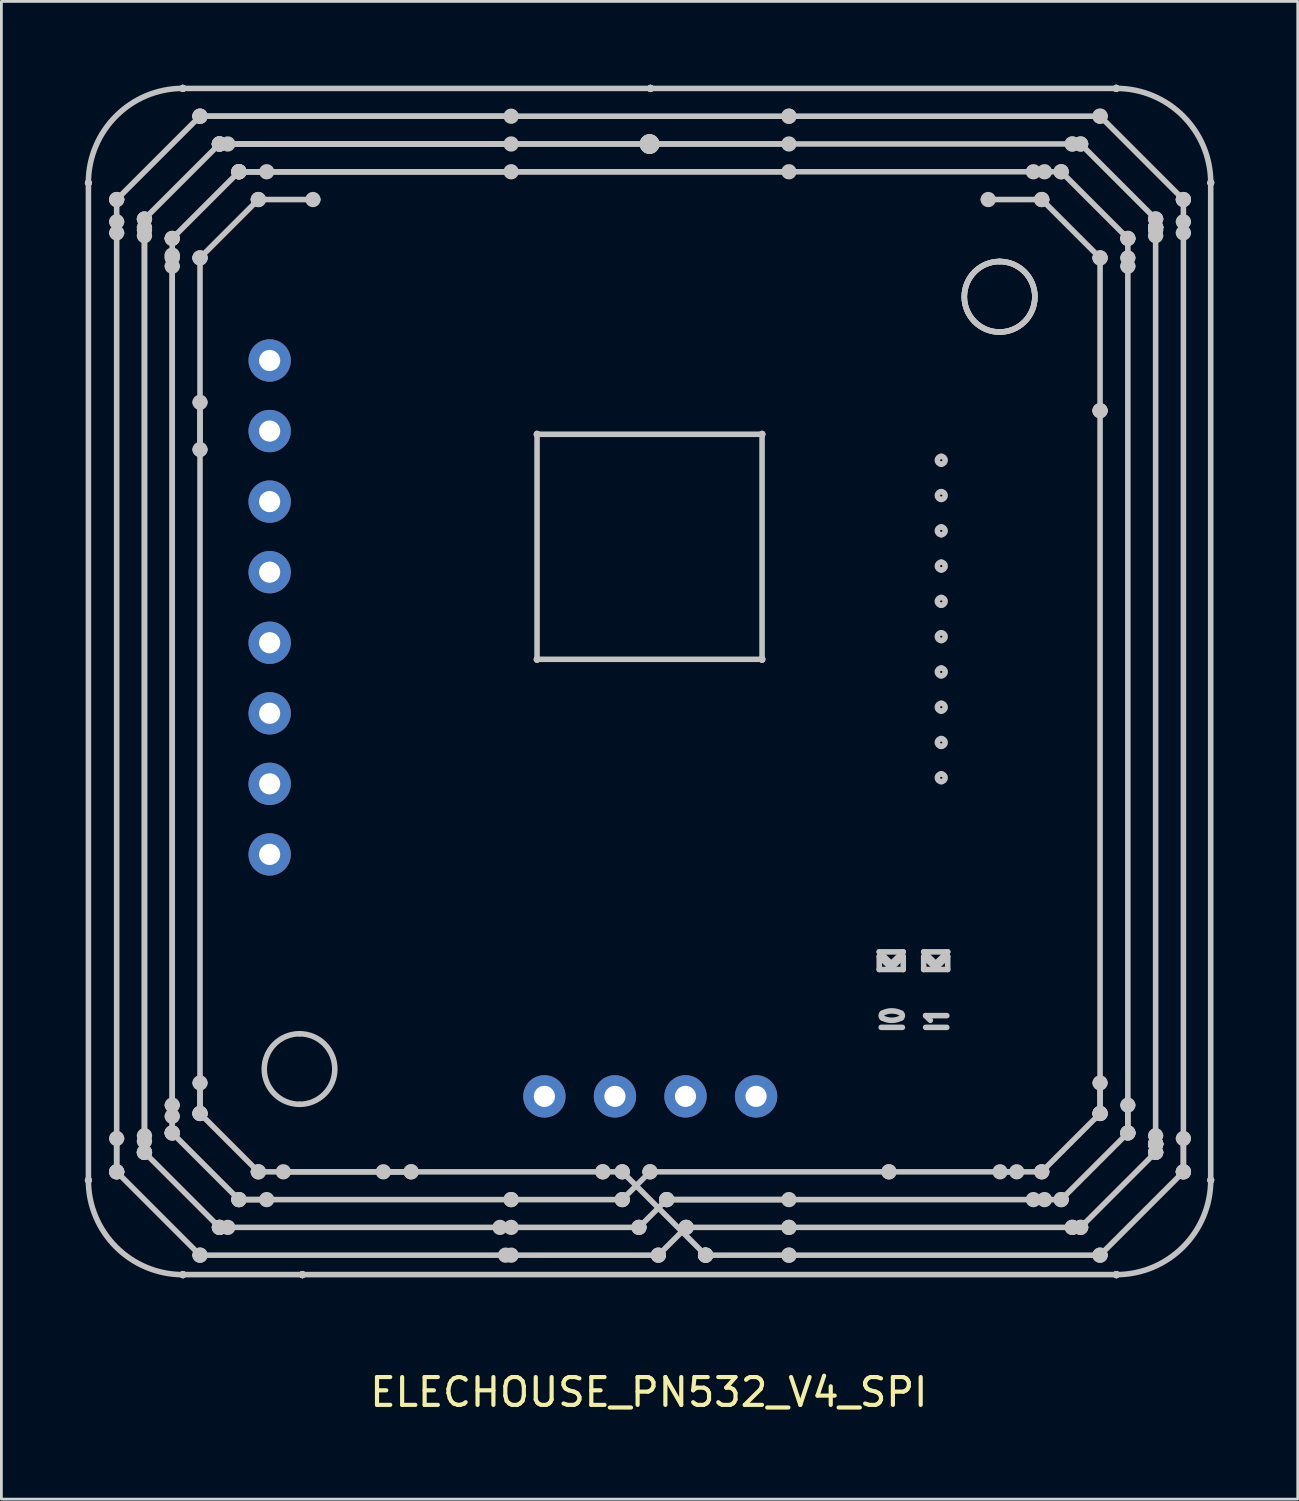
<source format=kicad_pcb>
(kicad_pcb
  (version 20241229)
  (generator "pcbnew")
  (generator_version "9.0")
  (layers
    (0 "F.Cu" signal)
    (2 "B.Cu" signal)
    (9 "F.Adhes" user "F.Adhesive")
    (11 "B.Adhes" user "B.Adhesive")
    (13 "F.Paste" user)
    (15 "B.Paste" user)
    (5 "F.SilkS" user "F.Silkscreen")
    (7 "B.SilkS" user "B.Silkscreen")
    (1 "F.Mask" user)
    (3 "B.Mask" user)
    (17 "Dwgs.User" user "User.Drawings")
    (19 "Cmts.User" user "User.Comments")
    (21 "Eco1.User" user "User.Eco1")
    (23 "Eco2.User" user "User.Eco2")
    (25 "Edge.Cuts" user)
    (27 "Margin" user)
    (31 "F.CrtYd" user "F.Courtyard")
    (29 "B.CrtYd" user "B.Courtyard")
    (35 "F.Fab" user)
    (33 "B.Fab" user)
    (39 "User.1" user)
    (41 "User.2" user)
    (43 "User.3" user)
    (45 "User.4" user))
  (footprint "ELECHOUSE_PN532_V4_SPI"
    (layer "F.Cu")
    (at 20.337 16.597)
    (property "Reference" "ELECHOUSE_PN532_V4_SPI" (at -0.03 30.47 0) (layer "F.SilkS") (effects (font (size 1 1) (thickness 0.15))))
    (attr through_hole)
    (fp_line (start -20.204 22.836) (end -20.204 -13.064) (stroke (width 0.2) (type solid)) (layer "Dwgs.User"))
    (fp_line (start -19.187 -12.464) (end -16.187 -15.464) (stroke (width 0.2) (type solid)) (layer "Dwgs.User"))
    (fp_line (start -19.187 -11.264) (end -19.187 -12.464) (stroke (width 0.2) (type solid)) (layer "Dwgs.User"))
    (fp_line (start -19.187 22.536) (end -19.187 -11.664) (stroke (width 0.2) (type solid)) (layer "Dwgs.User"))
    (fp_line (start -19.187 22.536) (end -19.187 21.336) (stroke (width 0.2) (type solid)) (layer "Dwgs.User"))
    (fp_line (start -18.187 -11.764) (end -15.487 -14.464) (stroke (width 0.2) (type solid)) (layer "Dwgs.User"))
    (fp_line (start -18.187 -11.164) (end -18.187 -11.764) (stroke (width 0.2) (type solid)) (layer "Dwgs.User"))
    (fp_line (start -18.187 21.436) (end -18.187 -11.464) (stroke (width 0.2) (type solid)) (layer "Dwgs.User"))
    (fp_line (start -18.187 21.836) (end -18.187 -11.364) (stroke (width 0.2) (type solid)) (layer "Dwgs.User"))
    (fp_line (start -18.187 21.836) (end -18.187 21.236) (stroke (width 0.2) (type solid)) (layer "Dwgs.User"))
    (fp_line (start -17.187 -11.064) (end -14.787 -13.464) (stroke (width 0.2) (type solid)) (layer "Dwgs.User"))
    (fp_line (start -17.187 -10.064) (end -17.187 -11.064) (stroke (width 0.2) (type solid)) (layer "Dwgs.User"))
    (fp_line (start -17.187 20.536) (end -17.187 -10.364) (stroke (width 0.2) (type solid)) (layer "Dwgs.User"))
    (fp_line (start -17.187 21.136) (end -17.187 -10.464) (stroke (width 0.2) (type solid)) (layer "Dwgs.User"))
    (fp_line (start -17.187 21.136) (end -17.187 20.136) (stroke (width 0.2) (type solid)) (layer "Dwgs.User"))
    (fp_line (start -16.187 -10.364) (end -14.087 -12.464) (stroke (width 0.2) (type solid)) (layer "Dwgs.User"))
    (fp_line (start -16.187 -3.464) (end -16.187 -10.364) (stroke (width 0.2) (type solid)) (layer "Dwgs.User"))
    (fp_line (start -16.187 20.436) (end -16.187 -5.164) (stroke (width 0.2) (type solid)) (layer "Dwgs.User"))
    (fp_line (start -16.187 20.436) (end -16.187 19.336) (stroke (width 0.2) (type solid)) (layer "Dwgs.User"))
    (fp_line (start -16.187 25.536) (end -19.187 22.536) (stroke (width 0.2) (type solid)) (layer "Dwgs.User"))
    (fp_line (start -15.487 24.536) (end -18.187 21.836) (stroke (width 0.2) (type solid)) (layer "Dwgs.User"))
    (fp_line (start -15.187 -14.464) (end -15.487 -14.464) (stroke (width 0.2) (type solid)) (layer "Dwgs.User"))
    (fp_line (start -15.187 24.536) (end -15.487 24.536) (stroke (width 0.2) (type solid)) (layer "Dwgs.User"))
    (fp_line (start -14.787 23.536) (end -17.187 21.136) (stroke (width 0.2) (type solid)) (layer "Dwgs.User"))
    (fp_line (start -14.087 22.536) (end -16.187 20.436) (stroke (width 0.2) (type solid)) (layer "Dwgs.User"))
    (fp_line (start -13.787 -13.464) (end -14.787 -13.464) (stroke (width 0.2) (type solid)) (layer "Dwgs.User"))
    (fp_line (start -13.787 23.536) (end -14.787 23.536) (stroke (width 0.2) (type solid)) (layer "Dwgs.User"))
    (fp_line (start -12.504 26.236) (end -16.804 26.236) (stroke (width 0.2) (type solid)) (layer "Dwgs.User"))
    (fp_line (start -12.121 -12.464) (end -14.087 -12.464) (stroke (width 0.2) (type solid)) (layer "Dwgs.User"))
    (fp_line (start -8.587 22.536) (end -14.087 22.536) (stroke (width 0.2) (type solid)) (layer "Dwgs.User"))
    (fp_line (start -8.587 22.536) (end -13.187 22.536) (stroke (width 0.2) (type solid)) (layer "Dwgs.User"))
    (fp_line (start -4.987 -15.464) (end -16.187 -15.464) (stroke (width 0.2) (type solid)) (layer "Dwgs.User"))
    (fp_line (start -4.987 -14.464) (end -15.487 -14.464) (stroke (width 0.2) (type solid)) (layer "Dwgs.User"))
    (fp_line (start -4.987 -13.464) (end -14.787 -13.464) (stroke (width 0.2) (type solid)) (layer "Dwgs.User"))
    (fp_line (start -4.987 23.536) (end -14.787 23.536) (stroke (width 0.2) (type solid)) (layer "Dwgs.User"))
    (fp_line (start -4.987 24.536) (end -15.487 24.536) (stroke (width 0.2) (type solid)) (layer "Dwgs.User"))
    (fp_line (start -4.987 25.536) (end -16.187 25.536) (stroke (width 0.2) (type solid)) (layer "Dwgs.User"))
    (fp_line (start -4.054 4.086) (end -4.054 -4.014) (stroke (width 0.2) (type solid)) (layer "Dwgs.User"))
    (fp_line (start -1.687 22.536) (end -9.587 22.536) (stroke (width 0.2) (type solid)) (layer "Dwgs.User"))
    (fp_line (start -0.987 22.536) (end -1.687 22.536) (stroke (width 0.2) (type solid)) (layer "Dwgs.User"))
    (fp_line (start -0.987 23.536) (end -4.987 23.536) (stroke (width 0.2) (type solid)) (layer "Dwgs.User"))
    (fp_line (start -0.987 23.536) (end 0.013 22.536) (stroke (width 0.2) (type solid)) (layer "Dwgs.User"))
    (fp_line (start -0.387 24.536) (end -5.387 24.536) (stroke (width 0.2) (type solid)) (layer "Dwgs.User"))
    (fp_line (start -0.387 24.536) (end 0.613 23.536) (stroke (width 0.2) (type solid)) (layer "Dwgs.User"))
    (fp_line (start -0.004 -14.464) (end -15.487 -14.464) (stroke (width 0.2) (type solid)) (layer "Dwgs.User"))
    (fp_line (start -0.004 -14.464) (end -15.487 -14.464) (stroke (width 0.2) (type solid)) (layer "Dwgs.User"))
    (fp_line (start 0.03 -16.464) (end -16.804 -16.464) (stroke (width 0.2) (type solid)) (layer "Dwgs.User"))
    (fp_line (start 0.313 25.536) (end -5.187 25.536) (stroke (width 0.2) (type solid)) (layer "Dwgs.User"))
    (fp_line (start 0.313 25.536) (end 1.313 24.536) (stroke (width 0.2) (type solid)) (layer "Dwgs.User"))
    (fp_line (start 2.013 25.536) (end -0.987 22.536) (stroke (width 0.2) (type solid)) (layer "Dwgs.User"))
    (fp_line (start 2.013 25.536) (end 2.013 25.536) (stroke (width 0.2) (type solid)) (layer "Dwgs.User"))
    (fp_line (start 4.046 -4.014) (end -4.054 -4.014) (stroke (width 0.2) (type solid)) (layer "Dwgs.User"))
    (fp_line (start 4.046 4.086) (end -4.054 4.086) (stroke (width 0.2) (type solid)) (layer "Dwgs.User"))
    (fp_line (start 4.046 4.086) (end 4.046 -4.014) (stroke (width 0.2) (type solid)) (layer "Dwgs.User"))
    (fp_line (start 5.013 -15.464) (end -16.187 -15.464) (stroke (width 0.2) (type solid)) (layer "Dwgs.User"))
    (fp_line (start 5.013 -14.464) (end -0.004 -14.464) (stroke (width 0.2) (type solid)) (layer "Dwgs.User"))
    (fp_line (start 5.013 -13.464) (end -14.787 -13.464) (stroke (width 0.2) (type solid)) (layer "Dwgs.User"))
    (fp_line (start 5.013 23.536) (end 0.613 23.536) (stroke (width 0.2) (type solid)) (layer "Dwgs.User"))
    (fp_line (start 5.013 24.536) (end 1.313 24.536) (stroke (width 0.2) (type solid)) (layer "Dwgs.User"))
    (fp_line (start 5.013 25.536) (end 2.013 25.536) (stroke (width 0.2) (type solid)) (layer "Dwgs.User"))
    (fp_line (start 8.264 14.618) (end 9.128 14.618) (stroke (width 0.2) (type solid)) (layer "Dwgs.User"))
    (fp_line (start 8.264 14.784) (end 8.696 15.203) (stroke (width 0.2) (type solid)) (layer "Dwgs.User"))
    (fp_line (start 8.264 15.253) (end 8.264 14.784) (stroke (width 0.2) (type solid)) (layer "Dwgs.User"))
    (fp_line (start 8.613 22.536) (end 0.013 22.536) (stroke (width 0.2) (type solid)) (layer "Dwgs.User"))
    (fp_line (start 8.696 15.038) (end 8.264 14.618) (stroke (width 0.2) (type solid)) (layer "Dwgs.User"))
    (fp_line (start 8.696 15.203) (end 9.128 14.784) (stroke (width 0.2) (type solid)) (layer "Dwgs.User"))
    (fp_line (start 9.096 17.336) (end 8.334 17.336) (stroke (width 0.2) (type solid)) (layer "Dwgs.User"))
    (fp_line (start 9.128 14.618) (end 8.696 15.038) (stroke (width 0.2) (type solid)) (layer "Dwgs.User"))
    (fp_line (start 9.128 14.784) (end 9.128 15.253) (stroke (width 0.2) (type solid)) (layer "Dwgs.User"))
    (fp_line (start 9.128 15.253) (end 8.264 15.253) (stroke (width 0.2) (type solid)) (layer "Dwgs.User"))
    (fp_line (start 9.864 14.618) (end 10.728 14.618) (stroke (width 0.2) (type solid)) (layer "Dwgs.User"))
    (fp_line (start 9.864 14.784) (end 10.296 15.203) (stroke (width 0.2) (type solid)) (layer "Dwgs.User"))
    (fp_line (start 9.864 15.253) (end 9.864 14.784) (stroke (width 0.2) (type solid)) (layer "Dwgs.User"))
    (fp_line (start 9.934 16.913) (end 10.696 16.913) (stroke (width 0.2) (type solid)) (layer "Dwgs.User"))
    (fp_line (start 10.103 17.082) (end 9.934 16.913) (stroke (width 0.2) (type solid)) (layer "Dwgs.User"))
    (fp_line (start 10.296 15.038) (end 9.864 14.618) (stroke (width 0.2) (type solid)) (layer "Dwgs.User"))
    (fp_line (start 10.296 15.203) (end 10.728 14.784) (stroke (width 0.2) (type solid)) (layer "Dwgs.User"))
    (fp_line (start 10.696 17.336) (end 9.934 17.336) (stroke (width 0.2) (type solid)) (layer "Dwgs.User"))
    (fp_line (start 10.728 14.618) (end 10.296 15.038) (stroke (width 0.2) (type solid)) (layer "Dwgs.User"))
    (fp_line (start 10.728 14.784) (end 10.728 15.253) (stroke (width 0.2) (type solid)) (layer "Dwgs.User"))
    (fp_line (start 10.728 15.253) (end 9.864 15.253) (stroke (width 0.2) (type solid)) (layer "Dwgs.User"))
    (fp_line (start 13.213 22.536) (end 8.613 22.536) (stroke (width 0.2) (type solid)) (layer "Dwgs.User"))
    (fp_line (start 14.113 -12.464) (end 12.187 -12.464) (stroke (width 0.2) (type solid)) (layer "Dwgs.User"))
    (fp_line (start 14.113 22.536) (end 12.613 22.536) (stroke (width 0.2) (type solid)) (layer "Dwgs.User"))
    (fp_line (start 14.113 22.536) (end 16.213 20.436) (stroke (width 0.2) (type solid)) (layer "Dwgs.User"))
    (fp_line (start 14.213 -13.464) (end -14.787 -13.464) (stroke (width 0.2) (type solid)) (layer "Dwgs.User"))
    (fp_line (start 14.213 23.536) (end 0.613 23.536) (stroke (width 0.2) (type solid)) (layer "Dwgs.User"))
    (fp_line (start 14.813 -13.464) (end 13.813 -13.464) (stroke (width 0.2) (type solid)) (layer "Dwgs.User"))
    (fp_line (start 14.813 23.536) (end 13.813 23.536) (stroke (width 0.2) (type solid)) (layer "Dwgs.User"))
    (fp_line (start 14.813 23.536) (end 17.213 21.136) (stroke (width 0.2) (type solid)) (layer "Dwgs.User"))
    (fp_line (start 15.213 -14.464) (end -0.004 -14.464) (stroke (width 0.2) (type solid)) (layer "Dwgs.User"))
    (fp_line (start 15.213 24.536) (end 5.013 24.536) (stroke (width 0.2) (type solid)) (layer "Dwgs.User"))
    (fp_line (start 15.513 -14.464) (end 15.213 -14.464) (stroke (width 0.2) (type solid)) (layer "Dwgs.User"))
    (fp_line (start 15.513 24.536) (end 15.213 24.536) (stroke (width 0.2) (type solid)) (layer "Dwgs.User"))
    (fp_line (start 15.513 24.536) (end 18.213 21.836) (stroke (width 0.2) (type solid)) (layer "Dwgs.User"))
    (fp_line (start 16.213 -15.464) (end 5.013 -15.464) (stroke (width 0.2) (type solid)) (layer "Dwgs.User"))
    (fp_line (start 16.213 -10.364) (end 14.113 -12.464) (stroke (width 0.2) (type solid)) (layer "Dwgs.User"))
    (fp_line (start 16.213 -4.864) (end 16.213 -10.364) (stroke (width 0.2) (type solid)) (layer "Dwgs.User"))
    (fp_line (start 16.213 20.436) (end 16.213 -4.864) (stroke (width 0.2) (type solid)) (layer "Dwgs.User"))
    (fp_line (start 16.213 20.436) (end 16.213 19.336) (stroke (width 0.2) (type solid)) (layer "Dwgs.User"))
    (fp_line (start 16.213 25.536) (end 5.013 25.536) (stroke (width 0.2) (type solid)) (layer "Dwgs.User"))
    (fp_line (start 16.213 25.536) (end 19.213 22.536) (stroke (width 0.2) (type solid)) (layer "Dwgs.User"))
    (fp_line (start 16.796 -16.464) (end 0.03 -16.464) (stroke (width 0.2) (type solid)) (layer "Dwgs.User"))
    (fp_line (start 16.796 26.236) (end -12.504 26.236) (stroke (width 0.2) (type solid)) (layer "Dwgs.User"))
    (fp_line (start 17.213 -11.064) (end 14.813 -13.464) (stroke (width 0.2) (type solid)) (layer "Dwgs.User"))
    (fp_line (start 17.213 -10.064) (end 17.213 -11.064) (stroke (width 0.2) (type solid)) (layer "Dwgs.User"))
    (fp_line (start 17.213 21.136) (end 17.213 -10.364) (stroke (width 0.2) (type solid)) (layer "Dwgs.User"))
    (fp_line (start 17.213 21.136) (end 17.213 20.136) (stroke (width 0.2) (type solid)) (layer "Dwgs.User"))
    (fp_line (start 18.213 -11.764) (end 15.513 -14.464) (stroke (width 0.2) (type solid)) (layer "Dwgs.User"))
    (fp_line (start 18.213 -11.464) (end 18.213 -11.464) (stroke (width 0.2) (type solid)) (layer "Dwgs.User"))
    (fp_line (start 18.213 -11.464) (end 18.213 -11.764) (stroke (width 0.2) (type solid)) (layer "Dwgs.User"))
    (fp_line (start 18.213 -11.164) (end 18.213 -11.464) (stroke (width 0.2) (type solid)) (layer "Dwgs.User"))
    (fp_line (start 18.213 21.536) (end 18.213 21.536) (stroke (width 0.2) (type solid)) (layer "Dwgs.User"))
    (fp_line (start 18.213 21.536) (end 18.213 -11.364) (stroke (width 0.2) (type solid)) (layer "Dwgs.User"))
    (fp_line (start 18.213 21.536) (end 18.213 21.236) (stroke (width 0.2) (type solid)) (layer "Dwgs.User"))
    (fp_line (start 18.213 21.836) (end 18.213 21.536) (stroke (width 0.2) (type solid)) (layer "Dwgs.User"))
    (fp_line (start 18.213 21.836) (end 18.213 21.536) (stroke (width 0.2) (type solid)) (layer "Dwgs.User"))
    (fp_line (start 19.213 -12.464) (end 16.213 -15.464) (stroke (width 0.2) (type solid)) (layer "Dwgs.User"))
    (fp_line (start 19.213 -11.264) (end 19.213 -12.464) (stroke (width 0.2) (type solid)) (layer "Dwgs.User"))
    (fp_line (start 19.213 22.536) (end 19.213 -11.664) (stroke (width 0.2) (type solid)) (layer "Dwgs.User"))
    (fp_line (start 19.213 22.536) (end 19.213 21.336) (stroke (width 0.2) (type solid)) (layer "Dwgs.User"))
    (fp_line (start 20.196 22.836) (end 20.196 -13.064) (stroke (width 0.2) (type solid)) (layer "Dwgs.User"))
    (fp_arc (start -20.205466 -13.095741) (mid -20.173716 -13.063991) (end -20.205466 -13.032241) (stroke (width 0.2) (type solid)) (layer "Dwgs.User"))
    (fp_arc (start -20.205466 -13.063991) (mid -19.209198 -15.469195) (end -16.803994 -16.465463) (stroke (width 0.2) (type solid)) (layer "Dwgs.User"))
    (fp_arc (start -20.205466 -13.032241) (mid -20.237216 -13.063991) (end -20.205466 -13.095741) (stroke (width 0.2) (type solid)) (layer "Dwgs.User"))
    (fp_arc (start -20.205466 22.804258) (mid -20.173716 22.836008) (end -20.205466 22.867758) (stroke (width 0.2) (type solid)) (layer "Dwgs.User"))
    (fp_arc (start -20.205466 22.867758) (mid -20.237216 22.836008) (end -20.205466 22.804258) (stroke (width 0.2) (type solid)) (layer "Dwgs.User"))
    (fp_arc (start -20.203995 -13.095741) (mid -20.172245 -13.063991) (end -20.203995 -13.032241) (stroke (width 0.2) (type solid)) (layer "Dwgs.User"))
    (fp_arc (start -20.203995 -13.032241) (mid -20.235745 -13.063991) (end -20.203995 -13.095741) (stroke (width 0.2) (type solid)) (layer "Dwgs.User"))
    (fp_arc (start -20.203995 22.804258) (mid -20.172245 22.836008) (end -20.203995 22.867758) (stroke (width 0.2) (type solid)) (layer "Dwgs.User"))
    (fp_arc (start -20.203995 22.867758) (mid -20.235745 22.836008) (end -20.203995 22.804258) (stroke (width 0.2) (type solid)) (layer "Dwgs.User"))
    (fp_arc (start -19.361992 -12.463995) (mid -19.186994 -12.638993) (end -19.011996 -12.463995) (stroke (width 0.2) (type solid)) (layer "Dwgs.User"))
    (fp_arc (start -19.361992 -12.463995) (mid -19.186994 -12.638993) (end -19.011996 -12.463995) (stroke (width 0.2) (type solid)) (layer "Dwgs.User"))
    (fp_arc (start -19.361992 -11.663971) (mid -19.186994 -11.838969) (end -19.011996 -11.663971) (stroke (width 0.2) (type solid)) (layer "Dwgs.User"))
    (fp_arc (start -19.361992 -11.263972) (mid -19.186994 -11.43897) (end -19.011996 -11.263972) (stroke (width 0.2) (type solid)) (layer "Dwgs.User"))
    (fp_arc (start -19.361992 21.336014) (mid -19.186994 21.161016) (end -19.011996 21.336014) (stroke (width 0.2) (type solid)) (layer "Dwgs.User"))
    (fp_arc (start -19.361992 22.536011) (mid -19.186994 22.361013) (end -19.011996 22.536011) (stroke (width 0.2) (type solid)) (layer "Dwgs.User"))
    (fp_arc (start -19.361992 22.536011) (mid -19.186994 22.361013) (end -19.011996 22.536011) (stroke (width 0.2) (type solid)) (layer "Dwgs.User"))
    (fp_arc (start -19.361992 22.536011) (mid -19.186994 22.361013) (end -19.011996 22.536011) (stroke (width 0.2) (type solid)) (layer "Dwgs.User"))
    (fp_arc (start -19.011995 -12.463995) (mid -19.186994 -12.288996) (end -19.361993 -12.463995) (stroke (width 0.2) (type solid)) (layer "Dwgs.User"))
    (fp_arc (start -19.011995 -12.463995) (mid -19.186994 -12.288996) (end -19.361993 -12.463995) (stroke (width 0.2) (type solid)) (layer "Dwgs.User"))
    (fp_arc (start -19.011995 -11.663971) (mid -19.186994 -11.488972) (end -19.361993 -11.663971) (stroke (width 0.2) (type solid)) (layer "Dwgs.User"))
    (fp_arc (start -19.011995 -11.263972) (mid -19.186994 -11.088973) (end -19.361993 -11.263972) (stroke (width 0.2) (type solid)) (layer "Dwgs.User"))
    (fp_arc (start -19.011995 21.336014) (mid -19.186994 21.511013) (end -19.361993 21.336014) (stroke (width 0.2) (type solid)) (layer "Dwgs.User"))
    (fp_arc (start -19.011995 22.536011) (mid -19.186994 22.71101) (end -19.361993 22.536011) (stroke (width 0.2) (type solid)) (layer "Dwgs.User"))
    (fp_arc (start -19.011995 22.536011) (mid -19.186994 22.71101) (end -19.361993 22.536011) (stroke (width 0.2) (type solid)) (layer "Dwgs.User"))
    (fp_arc (start -19.011995 22.536011) (mid -19.186994 22.71101) (end -19.361993 22.536011) (stroke (width 0.2) (type solid)) (layer "Dwgs.User"))
    (fp_arc (start -18.361994 -11.763971) (mid -18.186996 -11.938969) (end -18.011998 -11.763971) (stroke (width 0.2) (type solid)) (layer "Dwgs.User"))
    (fp_arc (start -18.361994 -11.763971) (mid -18.186996 -11.938969) (end -18.011998 -11.763971) (stroke (width 0.2) (type solid)) (layer "Dwgs.User"))
    (fp_arc (start -18.361994 -11.463972) (mid -18.186996 -11.63897) (end -18.011998 -11.463972) (stroke (width 0.2) (type solid)) (layer "Dwgs.User"))
    (fp_arc (start -18.361994 -11.363972) (mid -18.186996 -11.53897) (end -18.011998 -11.363972) (stroke (width 0.2) (type solid)) (layer "Dwgs.User"))
    (fp_arc (start -18.361994 -11.163972) (mid -18.186996 -11.33897) (end -18.011998 -11.163972) (stroke (width 0.2) (type solid)) (layer "Dwgs.User"))
    (fp_arc (start -18.361994 21.236014) (mid -18.186996 21.061016) (end -18.011998 21.236014) (stroke (width 0.2) (type solid)) (layer "Dwgs.User"))
    (fp_arc (start -18.361994 21.436013) (mid -18.186996 21.261015) (end -18.011998 21.436013) (stroke (width 0.2) (type solid)) (layer "Dwgs.User"))
    (fp_arc (start -18.361994 21.836013) (mid -18.186996 21.661015) (end -18.011998 21.836013) (stroke (width 0.2) (type solid)) (layer "Dwgs.User"))
    (fp_arc (start -18.361994 21.836013) (mid -18.186996 21.661015) (end -18.011998 21.836013) (stroke (width 0.2) (type solid)) (layer "Dwgs.User"))
    (fp_arc (start -18.361994 21.836013) (mid -18.186996 21.661015) (end -18.011998 21.836013) (stroke (width 0.2) (type solid)) (layer "Dwgs.User"))
    (fp_arc (start -18.011997 -11.763971) (mid -18.186996 -11.588972) (end -18.361995 -11.763971) (stroke (width 0.2) (type solid)) (layer "Dwgs.User"))
    (fp_arc (start -18.011997 -11.763971) (mid -18.186996 -11.588972) (end -18.361995 -11.763971) (stroke (width 0.2) (type solid)) (layer "Dwgs.User"))
    (fp_arc (start -18.011997 -11.463972) (mid -18.186996 -11.288973) (end -18.361995 -11.463972) (stroke (width 0.2) (type solid)) (layer "Dwgs.User"))
    (fp_arc (start -18.011997 -11.363972) (mid -18.186996 -11.188973) (end -18.361995 -11.363972) (stroke (width 0.2) (type solid)) (layer "Dwgs.User"))
    (fp_arc (start -18.011997 -11.163972) (mid -18.186996 -10.988973) (end -18.361995 -11.163972) (stroke (width 0.2) (type solid)) (layer "Dwgs.User"))
    (fp_arc (start -18.011997 21.236014) (mid -18.186996 21.411013) (end -18.361995 21.236014) (stroke (width 0.2) (type solid)) (layer "Dwgs.User"))
    (fp_arc (start -18.011997 21.436013) (mid -18.186996 21.611012) (end -18.361995 21.436013) (stroke (width 0.2) (type solid)) (layer "Dwgs.User"))
    (fp_arc (start -18.011997 21.836013) (mid -18.186996 22.011012) (end -18.361995 21.836013) (stroke (width 0.2) (type solid)) (layer "Dwgs.User"))
    (fp_arc (start -18.011997 21.836013) (mid -18.186996 22.011012) (end -18.361995 21.836013) (stroke (width 0.2) (type solid)) (layer "Dwgs.User"))
    (fp_arc (start -18.011997 21.836013) (mid -18.186996 22.011012) (end -18.361995 21.836013) (stroke (width 0.2) (type solid)) (layer "Dwgs.User"))
    (fp_arc (start -17.361996 -11.063972) (mid -17.186998 -11.23897) (end -17.012 -11.063972) (stroke (width 0.2) (type solid)) (layer "Dwgs.User"))
    (fp_arc (start -17.361996 -11.063972) (mid -17.186998 -11.23897) (end -17.012 -11.063972) (stroke (width 0.2) (type solid)) (layer "Dwgs.User"))
    (fp_arc (start -17.361996 -10.463974) (mid -17.186998 -10.638972) (end -17.012 -10.463974) (stroke (width 0.2) (type solid)) (layer "Dwgs.User"))
    (fp_arc (start -17.361996 -10.363974) (mid -17.186998 -10.538972) (end -17.012 -10.363974) (stroke (width 0.2) (type solid)) (layer "Dwgs.User"))
    (fp_arc (start -17.361996 -10.063974) (mid -17.186998 -10.238972) (end -17.012 -10.063974) (stroke (width 0.2) (type solid)) (layer "Dwgs.User"))
    (fp_arc (start -17.361996 20.136016) (mid -17.186998 19.961018) (end -17.012 20.136016) (stroke (width 0.2) (type solid)) (layer "Dwgs.User"))
    (fp_arc (start -17.361996 20.536015) (mid -17.186998 20.361017) (end -17.012 20.536015) (stroke (width 0.2) (type solid)) (layer "Dwgs.User"))
    (fp_arc (start -17.361996 21.136014) (mid -17.186998 20.961016) (end -17.012 21.136014) (stroke (width 0.2) (type solid)) (layer "Dwgs.User"))
    (fp_arc (start -17.361996 21.136014) (mid -17.186998 20.961016) (end -17.012 21.136014) (stroke (width 0.2) (type solid)) (layer "Dwgs.User"))
    (fp_arc (start -17.361996 21.136014) (mid -17.186998 20.961016) (end -17.012 21.136014) (stroke (width 0.2) (type solid)) (layer "Dwgs.User"))
    (fp_arc (start -17.011999 -11.063972) (mid -17.186998 -10.888973) (end -17.361997 -11.063972) (stroke (width 0.2) (type solid)) (layer "Dwgs.User"))
    (fp_arc (start -17.011999 -11.063972) (mid -17.186998 -10.888973) (end -17.361997 -11.063972) (stroke (width 0.2) (type solid)) (layer "Dwgs.User"))
    (fp_arc (start -17.011999 -10.463974) (mid -17.186998 -10.288975) (end -17.361997 -10.463974) (stroke (width 0.2) (type solid)) (layer "Dwgs.User"))
    (fp_arc (start -17.011999 -10.363974) (mid -17.186998 -10.188975) (end -17.361997 -10.363974) (stroke (width 0.2) (type solid)) (layer "Dwgs.User"))
    (fp_arc (start -17.011999 -10.063974) (mid -17.186998 -9.888975) (end -17.361997 -10.063974) (stroke (width 0.2) (type solid)) (layer "Dwgs.User"))
    (fp_arc (start -17.011999 20.136016) (mid -17.186998 20.311015) (end -17.361997 20.136016) (stroke (width 0.2) (type solid)) (layer "Dwgs.User"))
    (fp_arc (start -17.011999 20.536015) (mid -17.186998 20.711014) (end -17.361997 20.536015) (stroke (width 0.2) (type solid)) (layer "Dwgs.User"))
    (fp_arc (start -17.011999 21.136014) (mid -17.186998 21.311013) (end -17.361997 21.136014) (stroke (width 0.2) (type solid)) (layer "Dwgs.User"))
    (fp_arc (start -17.011999 21.136014) (mid -17.186998 21.311013) (end -17.361997 21.136014) (stroke (width 0.2) (type solid)) (layer "Dwgs.User"))
    (fp_arc (start -17.011999 21.136014) (mid -17.186998 21.311013) (end -17.361997 21.136014) (stroke (width 0.2) (type solid)) (layer "Dwgs.User"))
    (fp_arc (start -16.803994 -16.497213) (mid -16.772244 -16.465463) (end -16.803994 -16.433713) (stroke (width 0.2) (type solid)) (layer "Dwgs.User"))
    (fp_arc (start -16.803994 -16.495742) (mid -16.772244 -16.463992) (end -16.803994 -16.432242) (stroke (width 0.2) (type solid)) (layer "Dwgs.User"))
    (fp_arc (start -16.803994 -16.433713) (mid -16.835744 -16.465463) (end -16.803994 -16.497213) (stroke (width 0.2) (type solid)) (layer "Dwgs.User"))
    (fp_arc (start -16.803994 -16.432242) (mid -16.835744 -16.463992) (end -16.803994 -16.495742) (stroke (width 0.2) (type solid)) (layer "Dwgs.User"))
    (fp_arc (start -16.803994 26.204259) (mid -16.772244 26.236009) (end -16.803994 26.267759) (stroke (width 0.2) (type solid)) (layer "Dwgs.User"))
    (fp_arc (start -16.803994 26.205729) (mid -16.772244 26.237479) (end -16.803994 26.269229) (stroke (width 0.2) (type solid)) (layer "Dwgs.User"))
    (fp_arc (start -16.803994 26.23748) (mid -19.209198 25.241212) (end -20.205466 22.836008) (stroke (width 0.2) (type solid)) (layer "Dwgs.User"))
    (fp_arc (start -16.803994 26.267759) (mid -16.835744 26.236009) (end -16.803994 26.204259) (stroke (width 0.2) (type solid)) (layer "Dwgs.User"))
    (fp_arc (start -16.803994 26.269229) (mid -16.835744 26.237479) (end -16.803994 26.205729) (stroke (width 0.2) (type solid)) (layer "Dwgs.User"))
    (fp_arc (start -16.361998 -15.463989) (mid -16.187 -15.638987) (end -16.012002 -15.463989) (stroke (width 0.2) (type solid)) (layer "Dwgs.User"))
    (fp_arc (start -16.361998 -15.463989) (mid -16.187 -15.638987) (end -16.012002 -15.463989) (stroke (width 0.2) (type solid)) (layer "Dwgs.User"))
    (fp_arc (start -16.361998 -15.463989) (mid -16.187 -15.638987) (end -16.012002 -15.463989) (stroke (width 0.2) (type solid)) (layer "Dwgs.User"))
    (fp_arc (start -16.361998 -10.363974) (mid -16.187 -10.538972) (end -16.012002 -10.363974) (stroke (width 0.2) (type solid)) (layer "Dwgs.User"))
    (fp_arc (start -16.361998 -10.363974) (mid -16.187 -10.538972) (end -16.012002 -10.363974) (stroke (width 0.2) (type solid)) (layer "Dwgs.User"))
    (fp_arc (start -16.361998 -5.163984) (mid -16.187 -5.338982) (end -16.012002 -5.163984) (stroke (width 0.2) (type solid)) (layer "Dwgs.User"))
    (fp_arc (start -16.361998 -3.463988) (mid -16.187 -3.638986) (end -16.012002 -3.463988) (stroke (width 0.2) (type solid)) (layer "Dwgs.User"))
    (fp_arc (start -16.361998 19.336018) (mid -16.187 19.16102) (end -16.012002 19.336018) (stroke (width 0.2) (type solid)) (layer "Dwgs.User"))
    (fp_arc (start -16.361998 20.436015) (mid -16.187 20.261017) (end -16.012002 20.436015) (stroke (width 0.2) (type solid)) (layer "Dwgs.User"))
    (fp_arc (start -16.361998 20.436015) (mid -16.187 20.261017) (end -16.012002 20.436015) (stroke (width 0.2) (type solid)) (layer "Dwgs.User"))
    (fp_arc (start -16.361998 20.436015) (mid -16.187 20.261017) (end -16.012002 20.436015) (stroke (width 0.2) (type solid)) (layer "Dwgs.User"))
    (fp_arc (start -16.361998 25.536031) (mid -16.187 25.361033) (end -16.012002 25.536031) (stroke (width 0.2) (type solid)) (layer "Dwgs.User"))
    (fp_arc (start -16.361998 25.536031) (mid -16.187 25.361033) (end -16.012002 25.536031) (stroke (width 0.2) (type solid)) (layer "Dwgs.User"))
    (fp_arc (start -16.012001 -15.463989) (mid -16.187 -15.28899) (end -16.361999 -15.463989) (stroke (width 0.2) (type solid)) (layer "Dwgs.User"))
    (fp_arc (start -16.012001 -15.463989) (mid -16.187 -15.28899) (end -16.361999 -15.463989) (stroke (width 0.2) (type solid)) (layer "Dwgs.User"))
    (fp_arc (start -16.012001 -15.463989) (mid -16.187 -15.28899) (end -16.361999 -15.463989) (stroke (width 0.2) (type solid)) (layer "Dwgs.User"))
    (fp_arc (start -16.012001 -10.363974) (mid -16.187 -10.188975) (end -16.361999 -10.363974) (stroke (width 0.2) (type solid)) (layer "Dwgs.User"))
    (fp_arc (start -16.012001 -10.363974) (mid -16.187 -10.188975) (end -16.361999 -10.363974) (stroke (width 0.2) (type solid)) (layer "Dwgs.User"))
    (fp_arc (start -16.012001 -5.163984) (mid -16.187 -4.988985) (end -16.361999 -5.163984) (stroke (width 0.2) (type solid)) (layer "Dwgs.User"))
    (fp_arc (start -16.012001 -3.463988) (mid -16.187 -3.288989) (end -16.361999 -3.463988) (stroke (width 0.2) (type solid)) (layer "Dwgs.User"))
    (fp_arc (start -16.012001 19.336018) (mid -16.187 19.511017) (end -16.361999 19.336018) (stroke (width 0.2) (type solid)) (layer "Dwgs.User"))
    (fp_arc (start -16.012001 20.436015) (mid -16.187 20.611014) (end -16.361999 20.436015) (stroke (width 0.2) (type solid)) (layer "Dwgs.User"))
    (fp_arc (start -16.012001 20.436015) (mid -16.187 20.611014) (end -16.361999 20.436015) (stroke (width 0.2) (type solid)) (layer "Dwgs.User"))
    (fp_arc (start -16.012001 20.436015) (mid -16.187 20.611014) (end -16.361999 20.436015) (stroke (width 0.2) (type solid)) (layer "Dwgs.User"))
    (fp_arc (start -16.012001 25.536031) (mid -16.187 25.71103) (end -16.361999 25.536031) (stroke (width 0.2) (type solid)) (layer "Dwgs.User"))
    (fp_arc (start -16.012001 25.536031) (mid -16.187 25.71103) (end -16.361999 25.536031) (stroke (width 0.2) (type solid)) (layer "Dwgs.User"))
    (fp_arc (start -15.662001 -14.463991) (mid -15.487002 -14.63899) (end -15.312003 -14.463991) (stroke (width 0.2) (type solid)) (layer "Dwgs.User"))
    (fp_arc (start -15.662001 -14.463991) (mid -15.487002 -14.63899) (end -15.312003 -14.463991) (stroke (width 0.2) (type solid)) (layer "Dwgs.User"))
    (fp_arc (start -15.662001 -14.463991) (mid -15.487002 -14.63899) (end -15.312003 -14.463991) (stroke (width 0.2) (type solid)) (layer "Dwgs.User"))
    (fp_arc (start -15.662001 -14.463991) (mid -15.487002 -14.63899) (end -15.312003 -14.463991) (stroke (width 0.2) (type solid)) (layer "Dwgs.User"))
    (fp_arc (start -15.662001 -14.463991) (mid -15.487002 -14.63899) (end -15.312003 -14.463991) (stroke (width 0.2) (type solid)) (layer "Dwgs.User"))
    (fp_arc (start -15.662001 24.536007) (mid -15.487002 24.361008) (end -15.312003 24.536007) (stroke (width 0.2) (type solid)) (layer "Dwgs.User"))
    (fp_arc (start -15.662001 24.536007) (mid -15.487002 24.361008) (end -15.312003 24.536007) (stroke (width 0.2) (type solid)) (layer "Dwgs.User"))
    (fp_arc (start -15.662001 24.536007) (mid -15.487002 24.361008) (end -15.312003 24.536007) (stroke (width 0.2) (type solid)) (layer "Dwgs.User"))
    (fp_arc (start -15.362 -14.463991) (mid -15.187002 -14.638989) (end -15.012004 -14.463991) (stroke (width 0.2) (type solid)) (layer "Dwgs.User"))
    (fp_arc (start -15.362 24.536007) (mid -15.187002 24.361009) (end -15.012004 24.536007) (stroke (width 0.2) (type solid)) (layer "Dwgs.User"))
    (fp_arc (start -15.312004 -14.463991) (mid -15.487002 -14.288993) (end -15.662 -14.463991) (stroke (width 0.2) (type solid)) (layer "Dwgs.User"))
    (fp_arc (start -15.312004 -14.463991) (mid -15.487002 -14.288993) (end -15.662 -14.463991) (stroke (width 0.2) (type solid)) (layer "Dwgs.User"))
    (fp_arc (start -15.312004 -14.463991) (mid -15.487002 -14.288993) (end -15.662 -14.463991) (stroke (width 0.2) (type solid)) (layer "Dwgs.User"))
    (fp_arc (start -15.312004 -14.463991) (mid -15.487002 -14.288993) (end -15.662 -14.463991) (stroke (width 0.2) (type solid)) (layer "Dwgs.User"))
    (fp_arc (start -15.312004 -14.463991) (mid -15.487002 -14.288993) (end -15.662 -14.463991) (stroke (width 0.2) (type solid)) (layer "Dwgs.User"))
    (fp_arc (start -15.312004 24.536007) (mid -15.487002 24.711005) (end -15.662 24.536007) (stroke (width 0.2) (type solid)) (layer "Dwgs.User"))
    (fp_arc (start -15.312004 24.536007) (mid -15.487002 24.711005) (end -15.662 24.536007) (stroke (width 0.2) (type solid)) (layer "Dwgs.User"))
    (fp_arc (start -15.312004 24.536007) (mid -15.487002 24.711005) (end -15.662 24.536007) (stroke (width 0.2) (type solid)) (layer "Dwgs.User"))
    (fp_arc (start -15.012003 -14.463991) (mid -15.187002 -14.288992) (end -15.362001 -14.463991) (stroke (width 0.2) (type solid)) (layer "Dwgs.User"))
    (fp_arc (start -15.012003 24.536007) (mid -15.187002 24.711006) (end -15.362001 24.536007) (stroke (width 0.2) (type solid)) (layer "Dwgs.User"))
    (fp_arc (start -14.962001 -13.463993) (mid -14.787003 -13.638991) (end -14.612005 -13.463993) (stroke (width 0.2) (type solid)) (layer "Dwgs.User"))
    (fp_arc (start -14.962001 -13.463993) (mid -14.787003 -13.638991) (end -14.612005 -13.463993) (stroke (width 0.2) (type solid)) (layer "Dwgs.User"))
    (fp_arc (start -14.962001 -13.463993) (mid -14.787003 -13.638991) (end -14.612005 -13.463993) (stroke (width 0.2) (type solid)) (layer "Dwgs.User"))
    (fp_arc (start -14.962001 -13.463993) (mid -14.787003 -13.638991) (end -14.612005 -13.463993) (stroke (width 0.2) (type solid)) (layer "Dwgs.User"))
    (fp_arc (start -14.962001 -13.463993) (mid -14.787003 -13.638991) (end -14.612005 -13.463993) (stroke (width 0.2) (type solid)) (layer "Dwgs.User"))
    (fp_arc (start -14.962001 23.536009) (mid -14.787003 23.361011) (end -14.612005 23.536009) (stroke (width 0.2) (type solid)) (layer "Dwgs.User"))
    (fp_arc (start -14.962001 23.536009) (mid -14.787003 23.361011) (end -14.612005 23.536009) (stroke (width 0.2) (type solid)) (layer "Dwgs.User"))
    (fp_arc (start -14.962001 23.536009) (mid -14.787003 23.361011) (end -14.612005 23.536009) (stroke (width 0.2) (type solid)) (layer "Dwgs.User"))
    (fp_arc (start -14.612004 -13.463993) (mid -14.787003 -13.288994) (end -14.962002 -13.463993) (stroke (width 0.2) (type solid)) (layer "Dwgs.User"))
    (fp_arc (start -14.612004 -13.463993) (mid -14.787003 -13.288994) (end -14.962002 -13.463993) (stroke (width 0.2) (type solid)) (layer "Dwgs.User"))
    (fp_arc (start -14.612004 -13.463993) (mid -14.787003 -13.288994) (end -14.962002 -13.463993) (stroke (width 0.2) (type solid)) (layer "Dwgs.User"))
    (fp_arc (start -14.612004 -13.463993) (mid -14.787003 -13.288994) (end -14.962002 -13.463993) (stroke (width 0.2) (type solid)) (layer "Dwgs.User"))
    (fp_arc (start -14.612004 -13.463993) (mid -14.787003 -13.288994) (end -14.962002 -13.463993) (stroke (width 0.2) (type solid)) (layer "Dwgs.User"))
    (fp_arc (start -14.612004 23.536009) (mid -14.787003 23.711008) (end -14.962002 23.536009) (stroke (width 0.2) (type solid)) (layer "Dwgs.User"))
    (fp_arc (start -14.612004 23.536009) (mid -14.787003 23.711008) (end -14.962002 23.536009) (stroke (width 0.2) (type solid)) (layer "Dwgs.User"))
    (fp_arc (start -14.612004 23.536009) (mid -14.787003 23.711008) (end -14.962002 23.536009) (stroke (width 0.2) (type solid)) (layer "Dwgs.User"))
    (fp_arc (start -14.262004 -12.463995) (mid -14.087005 -12.638994) (end -13.912006 -12.463995) (stroke (width 0.2) (type solid)) (layer "Dwgs.User"))
    (fp_arc (start -14.262004 -12.463995) (mid -14.087005 -12.638994) (end -13.912006 -12.463995) (stroke (width 0.2) (type solid)) (layer "Dwgs.User"))
    (fp_arc (start -14.262004 22.536011) (mid -14.087005 22.361012) (end -13.912006 22.536011) (stroke (width 0.2) (type solid)) (layer "Dwgs.User"))
    (fp_arc (start -14.262004 22.536011) (mid -14.087005 22.361012) (end -13.912006 22.536011) (stroke (width 0.2) (type solid)) (layer "Dwgs.User"))
    (fp_arc (start -13.962003 -13.463993) (mid -13.787005 -13.638991) (end -13.612007 -13.463993) (stroke (width 0.2) (type solid)) (layer "Dwgs.User"))
    (fp_arc (start -13.962003 23.536009) (mid -13.787005 23.361011) (end -13.612007 23.536009) (stroke (width 0.2) (type solid)) (layer "Dwgs.User"))
    (fp_arc (start -13.912007 -12.463995) (mid -14.087005 -12.288997) (end -14.262003 -12.463995) (stroke (width 0.2) (type solid)) (layer "Dwgs.User"))
    (fp_arc (start -13.912007 -12.463995) (mid -14.087005 -12.288997) (end -14.262003 -12.463995) (stroke (width 0.2) (type solid)) (layer "Dwgs.User"))
    (fp_arc (start -13.912007 22.536011) (mid -14.087005 22.711009) (end -14.262003 22.536011) (stroke (width 0.2) (type solid)) (layer "Dwgs.User"))
    (fp_arc (start -13.912007 22.536011) (mid -14.087005 22.711009) (end -14.262003 22.536011) (stroke (width 0.2) (type solid)) (layer "Dwgs.User"))
    (fp_arc (start -13.703996 -6.857191) (mid -13.500796 -6.653991) (end -13.703996 -6.450791) (stroke (width 0.2) (type solid)) (layer "Dwgs.User"))
    (fp_arc (start -13.703996 -6.450791) (mid -13.907196 -6.653991) (end -13.703996 -6.857191) (stroke (width 0.2) (type solid)) (layer "Dwgs.User"))
    (fp_arc (start -13.703996 -4.317191) (mid -13.500796 -4.113991) (end -13.703996 -3.910791) (stroke (width 0.2) (type solid)) (layer "Dwgs.User"))
    (fp_arc (start -13.703996 -3.910791) (mid -13.907196 -4.113991) (end -13.703996 -4.317191) (stroke (width 0.2) (type solid)) (layer "Dwgs.User"))
    (fp_arc (start -13.703996 -1.777191) (mid -13.500796 -1.573991) (end -13.703996 -1.370791) (stroke (width 0.2) (type solid)) (layer "Dwgs.User"))
    (fp_arc (start -13.703996 -1.370791) (mid -13.907196 -1.573991) (end -13.703996 -1.777191) (stroke (width 0.2) (type solid)) (layer "Dwgs.User"))
    (fp_arc (start -13.703996 0.762809) (mid -13.500796 0.966009) (end -13.703996 1.169209) (stroke (width 0.2) (type solid)) (layer "Dwgs.User"))
    (fp_arc (start -13.703996 1.169209) (mid -13.907196 0.966009) (end -13.703996 0.762809) (stroke (width 0.2) (type solid)) (layer "Dwgs.User"))
    (fp_arc (start -13.703996 3.302809) (mid -13.500796 3.506009) (end -13.703996 3.709209) (stroke (width 0.2) (type solid)) (layer "Dwgs.User"))
    (fp_arc (start -13.703996 3.709209) (mid -13.907196 3.506009) (end -13.703996 3.302809) (stroke (width 0.2) (type solid)) (layer "Dwgs.User"))
    (fp_arc (start -13.703996 5.842809) (mid -13.500796 6.046009) (end -13.703996 6.249209) (stroke (width 0.2) (type solid)) (layer "Dwgs.User"))
    (fp_arc (start -13.703996 6.249209) (mid -13.907196 6.046009) (end -13.703996 5.842809) (stroke (width 0.2) (type solid)) (layer "Dwgs.User"))
    (fp_arc (start -13.703996 8.382809) (mid -13.500796 8.586009) (end -13.703996 8.789209) (stroke (width 0.2) (type solid)) (layer "Dwgs.User"))
    (fp_arc (start -13.703996 8.789209) (mid -13.907196 8.586009) (end -13.703996 8.382809) (stroke (width 0.2) (type solid)) (layer "Dwgs.User"))
    (fp_arc (start -13.703996 10.922809) (mid -13.500796 11.126009) (end -13.703996 11.329209) (stroke (width 0.2) (type solid)) (layer "Dwgs.User"))
    (fp_arc (start -13.703996 11.329209) (mid -13.907196 11.126009) (end -13.703996 10.922809) (stroke (width 0.2) (type solid)) (layer "Dwgs.User"))
    (fp_arc (start -13.612006 -13.463993) (mid -13.787005 -13.288994) (end -13.962004 -13.463993) (stroke (width 0.2) (type solid)) (layer "Dwgs.User"))
    (fp_arc (start -13.612006 23.536009) (mid -13.787005 23.711008) (end -13.962004 23.536009) (stroke (width 0.2) (type solid)) (layer "Dwgs.User"))
    (fp_arc (start -13.362004 22.536011) (mid -13.187006 22.361013) (end -13.012008 22.536011) (stroke (width 0.2) (type solid)) (layer "Dwgs.User"))
    (fp_arc (start -13.012007 22.536011) (mid -13.187006 22.71101) (end -13.362005 22.536011) (stroke (width 0.2) (type solid)) (layer "Dwgs.User"))
    (fp_arc (start -12.603995 17.566008) (mid -11.333995 18.836008) (end -12.603995 20.106008) (stroke (width 0.2) (type solid)) (layer "Dwgs.User"))
    (fp_arc (start -12.603995 20.106008) (mid -13.873995 18.836008) (end -12.603995 17.566008) (stroke (width 0.2) (type solid)) (layer "Dwgs.User"))
    (fp_arc (start -12.503995 26.204259) (mid -12.472245 26.236009) (end -12.503995 26.267759) (stroke (width 0.2) (type solid)) (layer "Dwgs.User"))
    (fp_arc (start -12.503995 26.204259) (mid -12.472245 26.236009) (end -12.503995 26.267759) (stroke (width 0.2) (type solid)) (layer "Dwgs.User"))
    (fp_arc (start -12.503995 26.267759) (mid -12.535745 26.236009) (end -12.503995 26.204259) (stroke (width 0.2) (type solid)) (layer "Dwgs.User"))
    (fp_arc (start -12.503995 26.267759) (mid -12.535745 26.236009) (end -12.503995 26.204259) (stroke (width 0.2) (type solid)) (layer "Dwgs.User"))
    (fp_arc (start -12.296474 -12.463995) (mid -12.121476 -12.638993) (end -11.946478 -12.463995) (stroke (width 0.2) (type solid)) (layer "Dwgs.User"))
    (fp_arc (start -11.946477 -12.463995) (mid -12.121476 -12.288996) (end -12.296475 -12.463995) (stroke (width 0.2) (type solid)) (layer "Dwgs.User"))
    (fp_arc (start -9.762013 22.536011) (mid -9.587014 22.361012) (end -9.412015 22.536011) (stroke (width 0.2) (type solid)) (layer "Dwgs.User"))
    (fp_arc (start -9.412016 22.536011) (mid -9.587014 22.711009) (end -9.762012 22.536011) (stroke (width 0.2) (type solid)) (layer "Dwgs.User"))
    (fp_arc (start -8.762015 22.536011) (mid -8.587016 22.361012) (end -8.412017 22.536011) (stroke (width 0.2) (type solid)) (layer "Dwgs.User"))
    (fp_arc (start -8.762015 22.536011) (mid -8.587016 22.361012) (end -8.412017 22.536011) (stroke (width 0.2) (type solid)) (layer "Dwgs.User"))
    (fp_arc (start -8.412018 22.536011) (mid -8.587016 22.711009) (end -8.762014 22.536011) (stroke (width 0.2) (type solid)) (layer "Dwgs.User"))
    (fp_arc (start -8.412018 22.536011) (mid -8.587016 22.711009) (end -8.762014 22.536011) (stroke (width 0.2) (type solid)) (layer "Dwgs.User"))
    (fp_arc (start -5.561996 24.536007) (mid -5.386997 24.361008) (end -5.211998 24.536007) (stroke (width 0.2) (type solid)) (layer "Dwgs.User"))
    (fp_arc (start -5.361995 25.536031) (mid -5.186997 25.361033) (end -5.011999 25.536031) (stroke (width 0.2) (type solid)) (layer "Dwgs.User"))
    (fp_arc (start -5.211999 24.536007) (mid -5.386997 24.711005) (end -5.561995 24.536007) (stroke (width 0.2) (type solid)) (layer "Dwgs.User"))
    (fp_arc (start -5.161995 -15.463989) (mid -4.986997 -15.638987) (end -4.811999 -15.463989) (stroke (width 0.2) (type solid)) (layer "Dwgs.User"))
    (fp_arc (start -5.161995 -14.463991) (mid -4.986997 -14.638989) (end -4.811999 -14.463991) (stroke (width 0.2) (type solid)) (layer "Dwgs.User"))
    (fp_arc (start -5.161995 -13.463993) (mid -4.986997 -13.638991) (end -4.811999 -13.463993) (stroke (width 0.2) (type solid)) (layer "Dwgs.User"))
    (fp_arc (start -5.161995 23.536009) (mid -4.986997 23.361011) (end -4.811999 23.536009) (stroke (width 0.2) (type solid)) (layer "Dwgs.User"))
    (fp_arc (start -5.161995 23.536009) (mid -4.986997 23.361011) (end -4.811999 23.536009) (stroke (width 0.2) (type solid)) (layer "Dwgs.User"))
    (fp_arc (start -5.161995 24.536007) (mid -4.986997 24.361009) (end -4.811999 24.536007) (stroke (width 0.2) (type solid)) (layer "Dwgs.User"))
    (fp_arc (start -5.161995 25.536031) (mid -4.986997 25.361033) (end -4.811999 25.536031) (stroke (width 0.2) (type solid)) (layer "Dwgs.User"))
    (fp_arc (start -5.011999 25.536031) (mid -5.186997 25.711029) (end -5.361995 25.536031) (stroke (width 0.2) (type solid)) (layer "Dwgs.User"))
    (fp_arc (start -4.811998 -15.463989) (mid -4.986997 -15.28899) (end -5.161996 -15.463989) (stroke (width 0.2) (type solid)) (layer "Dwgs.User"))
    (fp_arc (start -4.811998 -14.463991) (mid -4.986997 -14.288992) (end -5.161996 -14.463991) (stroke (width 0.2) (type solid)) (layer "Dwgs.User"))
    (fp_arc (start -4.811998 -13.463993) (mid -4.986997 -13.288994) (end -5.161996 -13.463993) (stroke (width 0.2) (type solid)) (layer "Dwgs.User"))
    (fp_arc (start -4.811998 23.536009) (mid -4.986997 23.711008) (end -5.161996 23.536009) (stroke (width 0.2) (type solid)) (layer "Dwgs.User"))
    (fp_arc (start -4.811998 23.536009) (mid -4.986997 23.711008) (end -5.161996 23.536009) (stroke (width 0.2) (type solid)) (layer "Dwgs.User"))
    (fp_arc (start -4.811998 24.536007) (mid -4.986997 24.711006) (end -5.161996 24.536007) (stroke (width 0.2) (type solid)) (layer "Dwgs.User"))
    (fp_arc (start -4.811998 25.536031) (mid -4.986997 25.71103) (end -5.161996 25.536031) (stroke (width 0.2) (type solid)) (layer "Dwgs.User"))
    (fp_arc (start -4.053995 -4.038991) (mid -4.028996 -4.013992) (end -4.053995 -3.988993) (stroke (width 0.2) (type solid)) (layer "Dwgs.User"))
    (fp_arc (start -4.053995 -4.038991) (mid -4.028996 -4.013992) (end -4.053995 -3.988993) (stroke (width 0.2) (type solid)) (layer "Dwgs.User"))
    (fp_arc (start -4.053995 -3.988994) (mid -4.078993 -4.013992) (end -4.053995 -4.03899) (stroke (width 0.2) (type solid)) (layer "Dwgs.User"))
    (fp_arc (start -4.053995 -3.988994) (mid -4.078993 -4.013992) (end -4.053995 -4.03899) (stroke (width 0.2) (type solid)) (layer "Dwgs.User"))
    (fp_arc (start -4.053995 4.061008) (mid -4.028996 4.086007) (end -4.053995 4.111006) (stroke (width 0.2) (type solid)) (layer "Dwgs.User"))
    (fp_arc (start -4.053995 4.061008) (mid -4.028996 4.086007) (end -4.053995 4.111006) (stroke (width 0.2) (type solid)) (layer "Dwgs.User"))
    (fp_arc (start -4.053995 4.111005) (mid -4.078993 4.086007) (end -4.053995 4.061009) (stroke (width 0.2) (type solid)) (layer "Dwgs.User"))
    (fp_arc (start -4.053995 4.111005) (mid -4.078993 4.086007) (end -4.053995 4.061009) (stroke (width 0.2) (type solid)) (layer "Dwgs.User"))
    (fp_arc (start -4.017195 19.836009) (mid -3.813995 19.632809) (end -3.610795 19.836009) (stroke (width 0.2) (type solid)) (layer "Dwgs.User"))
    (fp_arc (start -3.610795 19.836009) (mid -3.813995 20.039209) (end -4.017195 19.836009) (stroke (width 0.2) (type solid)) (layer "Dwgs.User"))
    (fp_arc (start -1.862002 22.536011) (mid -1.687004 22.361013) (end -1.512006 22.536011) (stroke (width 0.2) (type solid)) (layer "Dwgs.User"))
    (fp_arc (start -1.862002 22.536011) (mid -1.687004 22.361013) (end -1.512006 22.536011) (stroke (width 0.2) (type solid)) (layer "Dwgs.User"))
    (fp_arc (start -1.512006 22.536011) (mid -1.687004 22.711009) (end -1.862002 22.536011) (stroke (width 0.2) (type solid)) (layer "Dwgs.User"))
    (fp_arc (start -1.512006 22.536011) (mid -1.687004 22.711009) (end -1.862002 22.536011) (stroke (width 0.2) (type solid)) (layer "Dwgs.User"))
    (fp_arc (start -1.477195 19.836009) (mid -1.273995 19.632809) (end -1.070795 19.836009) (stroke (width 0.2) (type solid)) (layer "Dwgs.User"))
    (fp_arc (start -1.162003 22.536011) (mid -0.987005 22.361013) (end -0.812007 22.536011) (stroke (width 0.2) (type solid)) (layer "Dwgs.User"))
    (fp_arc (start -1.162003 22.536011) (mid -0.987005 22.361013) (end -0.812007 22.536011) (stroke (width 0.2) (type solid)) (layer "Dwgs.User"))
    (fp_arc (start -1.162003 23.536009) (mid -0.987005 23.361011) (end -0.812007 23.536009) (stroke (width 0.2) (type solid)) (layer "Dwgs.User"))
    (fp_arc (start -1.162003 23.536009) (mid -0.987005 23.361011) (end -0.812007 23.536009) (stroke (width 0.2) (type solid)) (layer "Dwgs.User"))
    (fp_arc (start -1.070795 19.836009) (mid -1.273995 20.039209) (end -1.477195 19.836009) (stroke (width 0.2) (type solid)) (layer "Dwgs.User"))
    (fp_arc (start -0.812006 22.536011) (mid -0.987005 22.71101) (end -1.162004 22.536011) (stroke (width 0.2) (type solid)) (layer "Dwgs.User"))
    (fp_arc (start -0.812006 22.536011) (mid -0.987005 22.71101) (end -1.162004 22.536011) (stroke (width 0.2) (type solid)) (layer "Dwgs.User"))
    (fp_arc (start -0.812006 23.536009) (mid -0.987005 23.711008) (end -1.162004 23.536009) (stroke (width 0.2) (type solid)) (layer "Dwgs.User"))
    (fp_arc (start -0.812006 23.536009) (mid -0.987005 23.711008) (end -1.162004 23.536009) (stroke (width 0.2) (type solid)) (layer "Dwgs.User"))
    (fp_arc (start -0.562006 24.536007) (mid -0.387007 24.361008) (end -0.212008 24.536007) (stroke (width 0.2) (type solid)) (layer "Dwgs.User"))
    (fp_arc (start -0.562006 24.536007) (mid -0.387007 24.361008) (end -0.212008 24.536007) (stroke (width 0.2) (type solid)) (layer "Dwgs.User"))
    (fp_arc (start -0.257995 -14.461995) (mid -0.003995 -14.715995) (end 0.250005 -14.461995) (stroke (width 0.2) (type solid)) (layer "Dwgs.User"))
    (fp_arc (start -0.257995 -14.461995) (mid -0.003995 -14.715995) (end 0.250005 -14.461995) (stroke (width 0.2) (type solid)) (layer "Dwgs.User"))
    (fp_arc (start -0.257995 -14.461995) (mid -0.003995 -14.715995) (end 0.250005 -14.461995) (stroke (width 0.2) (type solid)) (layer "Dwgs.User"))
    (fp_arc (start -0.212009 24.536007) (mid -0.387007 24.711005) (end -0.562005 24.536007) (stroke (width 0.2) (type solid)) (layer "Dwgs.User"))
    (fp_arc (start -0.212009 24.536007) (mid -0.387007 24.711005) (end -0.562005 24.536007) (stroke (width 0.2) (type solid)) (layer "Dwgs.User"))
    (fp_arc (start -0.178993 -14.463991) (mid -0.003995 -14.638989) (end 0.171003 -14.463991) (stroke (width 0.2) (type solid)) (layer "Dwgs.User"))
    (fp_arc (start -0.178993 -14.463991) (mid -0.003995 -14.638989) (end 0.171003 -14.463991) (stroke (width 0.2) (type solid)) (layer "Dwgs.User"))
    (fp_arc (start -0.178993 -14.463991) (mid -0.003995 -14.638989) (end 0.171003 -14.463991) (stroke (width 0.2) (type solid)) (layer "Dwgs.User"))
    (fp_arc (start -0.178993 -14.463991) (mid -0.003995 -14.638989) (end 0.171003 -14.463991) (stroke (width 0.2) (type solid)) (layer "Dwgs.User"))
    (fp_arc (start -0.162005 22.536011) (mid 0.012993 22.361013) (end 0.187991 22.536011) (stroke (width 0.2) (type solid)) (layer "Dwgs.User"))
    (fp_arc (start -0.162005 22.536011) (mid 0.012993 22.361013) (end 0.187991 22.536011) (stroke (width 0.2) (type solid)) (layer "Dwgs.User"))
    (fp_arc (start -0.156395 -14.461995) (mid -0.003995 -14.614395) (end 0.148405 -14.461995) (stroke (width 0.2) (type solid)) (layer "Dwgs.User"))
    (fp_arc (start 0.03 -16.495742) (mid 0.06175 -16.463992) (end 0.03 -16.432242) (stroke (width 0.2) (type solid)) (layer "Dwgs.User"))
    (fp_arc (start 0.03 -16.495742) (mid 0.06175 -16.463992) (end 0.03 -16.432242) (stroke (width 0.2) (type solid)) (layer "Dwgs.User"))
    (fp_arc (start 0.03 -16.432242) (mid -0.00175 -16.463992) (end 0.03 -16.495742) (stroke (width 0.2) (type solid)) (layer "Dwgs.User"))
    (fp_arc (start 0.03 -16.432242) (mid -0.00175 -16.463992) (end 0.03 -16.495742) (stroke (width 0.2) (type solid)) (layer "Dwgs.User"))
    (fp_arc (start 0.137994 25.536031) (mid 0.312992 25.361033) (end 0.48799 25.536031) (stroke (width 0.2) (type solid)) (layer "Dwgs.User"))
    (fp_arc (start 0.137994 25.536031) (mid 0.312992 25.361033) (end 0.48799 25.536031) (stroke (width 0.2) (type solid)) (layer "Dwgs.User"))
    (fp_arc (start 0.148405 -14.461995) (mid -0.003995 -14.309595) (end -0.156395 -14.461995) (stroke (width 0.2) (type solid)) (layer "Dwgs.User"))
    (fp_arc (start 0.171003 -14.463991) (mid -0.003995 -14.288993) (end -0.178993 -14.463991) (stroke (width 0.2) (type solid)) (layer "Dwgs.User"))
    (fp_arc (start 0.171003 -14.463991) (mid -0.003995 -14.288993) (end -0.178993 -14.463991) (stroke (width 0.2) (type solid)) (layer "Dwgs.User"))
    (fp_arc (start 0.171003 -14.463991) (mid -0.003995 -14.288993) (end -0.178993 -14.463991) (stroke (width 0.2) (type solid)) (layer "Dwgs.User"))
    (fp_arc (start 0.171003 -14.463991) (mid -0.003995 -14.288993) (end -0.178993 -14.463991) (stroke (width 0.2) (type solid)) (layer "Dwgs.User"))
    (fp_arc (start 0.187992 22.536011) (mid 0.012993 22.71101) (end -0.162006 22.536011) (stroke (width 0.2) (type solid)) (layer "Dwgs.User"))
    (fp_arc (start 0.187992 22.536011) (mid 0.012993 22.71101) (end -0.162006 22.536011) (stroke (width 0.2) (type solid)) (layer "Dwgs.User"))
    (fp_arc (start 0.250005 -14.461995) (mid -0.003995 -14.207995) (end -0.257995 -14.461995) (stroke (width 0.2) (type solid)) (layer "Dwgs.User"))
    (fp_arc (start 0.250005 -14.461995) (mid -0.003995 -14.207995) (end -0.257995 -14.461995) (stroke (width 0.2) (type solid)) (layer "Dwgs.User"))
    (fp_arc (start 0.250005 -14.461995) (mid -0.003995 -14.207995) (end -0.257995 -14.461995) (stroke (width 0.2) (type solid)) (layer "Dwgs.User"))
    (fp_arc (start 0.437992 23.536009) (mid 0.612991 23.36101) (end 0.78799 23.536009) (stroke (width 0.2) (type solid)) (layer "Dwgs.User"))
    (fp_arc (start 0.437992 23.536009) (mid 0.612991 23.36101) (end 0.78799 23.536009) (stroke (width 0.2) (type solid)) (layer "Dwgs.User"))
    (fp_arc (start 0.437992 23.536009) (mid 0.612991 23.36101) (end 0.78799 23.536009) (stroke (width 0.2) (type solid)) (layer "Dwgs.User"))
    (fp_arc (start 0.48799 25.536031) (mid 0.312992 25.711029) (end 0.137994 25.536031) (stroke (width 0.2) (type solid)) (layer "Dwgs.User"))
    (fp_arc (start 0.48799 25.536031) (mid 0.312992 25.711029) (end 0.137994 25.536031) (stroke (width 0.2) (type solid)) (layer "Dwgs.User"))
    (fp_arc (start 0.787989 23.536009) (mid 0.612991 23.711007) (end 0.437993 23.536009) (stroke (width 0.2) (type solid)) (layer "Dwgs.User"))
    (fp_arc (start 0.787989 23.536009) (mid 0.612991 23.711007) (end 0.437993 23.536009) (stroke (width 0.2) (type solid)) (layer "Dwgs.User"))
    (fp_arc (start 0.787989 23.536009) (mid 0.612991 23.711007) (end 0.437993 23.536009) (stroke (width 0.2) (type solid)) (layer "Dwgs.User"))
    (fp_arc (start 1.062805 19.836009) (mid 1.266005 19.632809) (end 1.469205 19.836009) (stroke (width 0.2) (type solid)) (layer "Dwgs.User"))
    (fp_arc (start 1.137992 24.536007) (mid 1.31299 24.361009) (end 1.487988 24.536007) (stroke (width 0.2) (type solid)) (layer "Dwgs.User"))
    (fp_arc (start 1.137992 24.536007) (mid 1.31299 24.361009) (end 1.487988 24.536007) (stroke (width 0.2) (type solid)) (layer "Dwgs.User"))
    (fp_arc (start 1.469205 19.836009) (mid 1.266005 20.039209) (end 1.062805 19.836009) (stroke (width 0.2) (type solid)) (layer "Dwgs.User"))
    (fp_arc (start 1.487988 24.536007) (mid 1.31299 24.711005) (end 1.137992 24.536007) (stroke (width 0.2) (type solid)) (layer "Dwgs.User"))
    (fp_arc (start 1.487988 24.536007) (mid 1.31299 24.711005) (end 1.137992 24.536007) (stroke (width 0.2) (type solid)) (layer "Dwgs.User"))
    (fp_arc (start 1.837991 25.536005) (mid 2.012989 25.361007) (end 2.187987 25.536005) (stroke (width 0.2) (type solid)) (layer "Dwgs.User"))
    (fp_arc (start 1.837991 25.536005) (mid 2.012989 25.361007) (end 2.187987 25.536005) (stroke (width 0.2) (type solid)) (layer "Dwgs.User"))
    (fp_arc (start 1.837991 25.536031) (mid 2.012989 25.361033) (end 2.187987 25.536031) (stroke (width 0.2) (type solid)) (layer "Dwgs.User"))
    (fp_arc (start 1.837991 25.536031) (mid 2.012989 25.361033) (end 2.187987 25.536031) (stroke (width 0.2) (type solid)) (layer "Dwgs.User"))
    (fp_arc (start 2.187988 25.536005) (mid 2.012989 25.711004) (end 1.83799 25.536005) (stroke (width 0.2) (type solid)) (layer "Dwgs.User"))
    (fp_arc (start 2.187988 25.536005) (mid 2.012989 25.711004) (end 1.83799 25.536005) (stroke (width 0.2) (type solid)) (layer "Dwgs.User"))
    (fp_arc (start 2.187988 25.536031) (mid 2.012989 25.71103) (end 1.83799 25.536031) (stroke (width 0.2) (type solid)) (layer "Dwgs.User"))
    (fp_arc (start 2.187988 25.536031) (mid 2.012989 25.71103) (end 1.83799 25.536031) (stroke (width 0.2) (type solid)) (layer "Dwgs.User"))
    (fp_arc (start 3.602805 19.836009) (mid 3.806005 19.632809) (end 4.009205 19.836009) (stroke (width 0.2) (type solid)) (layer "Dwgs.User"))
    (fp_arc (start 4.009205 19.836009) (mid 3.806005 20.039209) (end 3.602805 19.836009) (stroke (width 0.2) (type solid)) (layer "Dwgs.User"))
    (fp_arc (start 4.046005 -4.038991) (mid 4.071004 -4.013992) (end 4.046005 -3.988993) (stroke (width 0.2) (type solid)) (layer "Dwgs.User"))
    (fp_arc (start 4.046005 -4.038991) (mid 4.071004 -4.013992) (end 4.046005 -3.988993) (stroke (width 0.2) (type solid)) (layer "Dwgs.User"))
    (fp_arc (start 4.046005 -3.988994) (mid 4.021007 -4.013992) (end 4.046005 -4.03899) (stroke (width 0.2) (type solid)) (layer "Dwgs.User"))
    (fp_arc (start 4.046005 -3.988994) (mid 4.021007 -4.013992) (end 4.046005 -4.03899) (stroke (width 0.2) (type solid)) (layer "Dwgs.User"))
    (fp_arc (start 4.046005 4.061008) (mid 4.071004 4.086007) (end 4.046005 4.111006) (stroke (width 0.2) (type solid)) (layer "Dwgs.User"))
    (fp_arc (start 4.046005 4.061008) (mid 4.071004 4.086007) (end 4.046005 4.111006) (stroke (width 0.2) (type solid)) (layer "Dwgs.User"))
    (fp_arc (start 4.046005 4.111005) (mid 4.021007 4.086007) (end 4.046005 4.061009) (stroke (width 0.2) (type solid)) (layer "Dwgs.User"))
    (fp_arc (start 4.046005 4.111005) (mid 4.021007 4.086007) (end 4.046005 4.061009) (stroke (width 0.2) (type solid)) (layer "Dwgs.User"))
    (fp_arc (start 4.837985 -15.463989) (mid 5.012983 -15.638987) (end 5.187981 -15.463989) (stroke (width 0.2) (type solid)) (layer "Dwgs.User"))
    (fp_arc (start 4.837985 -15.463989) (mid 5.012983 -15.638987) (end 5.187981 -15.463989) (stroke (width 0.2) (type solid)) (layer "Dwgs.User"))
    (fp_arc (start 4.837985 -14.463991) (mid 5.012983 -14.638989) (end 5.187981 -14.463991) (stroke (width 0.2) (type solid)) (layer "Dwgs.User"))
    (fp_arc (start 4.837985 -13.463993) (mid 5.012983 -13.638991) (end 5.187981 -13.463993) (stroke (width 0.2) (type solid)) (layer "Dwgs.User"))
    (fp_arc (start 4.837985 23.536009) (mid 5.012983 23.361011) (end 5.187981 23.536009) (stroke (width 0.2) (type solid)) (layer "Dwgs.User"))
    (fp_arc (start 4.837985 24.536007) (mid 5.012983 24.361009) (end 5.187981 24.536007) (stroke (width 0.2) (type solid)) (layer "Dwgs.User"))
    (fp_arc (start 4.837985 24.536007) (mid 5.012983 24.361009) (end 5.187981 24.536007) (stroke (width 0.2) (type solid)) (layer "Dwgs.User"))
    (fp_arc (start 4.837985 25.536031) (mid 5.012983 25.361033) (end 5.187981 25.536031) (stroke (width 0.2) (type solid)) (layer "Dwgs.User"))
    (fp_arc (start 4.837985 25.536031) (mid 5.012983 25.361033) (end 5.187981 25.536031) (stroke (width 0.2) (type solid)) (layer "Dwgs.User"))
    (fp_arc (start 5.187982 -15.463989) (mid 5.012983 -15.28899) (end 4.837984 -15.463989) (stroke (width 0.2) (type solid)) (layer "Dwgs.User"))
    (fp_arc (start 5.187982 -15.463989) (mid 5.012983 -15.28899) (end 4.837984 -15.463989) (stroke (width 0.2) (type solid)) (layer "Dwgs.User"))
    (fp_arc (start 5.187982 -14.463991) (mid 5.012983 -14.288992) (end 4.837984 -14.463991) (stroke (width 0.2) (type solid)) (layer "Dwgs.User"))
    (fp_arc (start 5.187982 -13.463993) (mid 5.012983 -13.288994) (end 4.837984 -13.463993) (stroke (width 0.2) (type solid)) (layer "Dwgs.User"))
    (fp_arc (start 5.187982 23.536009) (mid 5.012983 23.711008) (end 4.837984 23.536009) (stroke (width 0.2) (type solid)) (layer "Dwgs.User"))
    (fp_arc (start 5.187982 24.536007) (mid 5.012983 24.711006) (end 4.837984 24.536007) (stroke (width 0.2) (type solid)) (layer "Dwgs.User"))
    (fp_arc (start 5.187982 24.536007) (mid 5.012983 24.711006) (end 4.837984 24.536007) (stroke (width 0.2) (type solid)) (layer "Dwgs.User"))
    (fp_arc (start 5.187982 25.536031) (mid 5.012983 25.71103) (end 4.837984 25.536031) (stroke (width 0.2) (type solid)) (layer "Dwgs.User"))
    (fp_arc (start 5.187982 25.536031) (mid 5.012983 25.71103) (end 4.837984 25.536031) (stroke (width 0.2) (type solid)) (layer "Dwgs.User"))
    (fp_arc (start 8.376338 16.82801) (mid 8.715004 16.743343) (end 9.053671 16.828009) (stroke (width 0.2) (type solid)) (layer "Dwgs.User"))
    (fp_arc (start 8.376338 16.997343) (mid 8.334004 16.912676) (end 8.376338 16.828009) (stroke (width 0.2) (type solid)) (layer "Dwgs.User"))
    (fp_arc (start 8.438003 22.536011) (mid 8.613001 22.361013) (end 8.787999 22.536011) (stroke (width 0.2) (type solid)) (layer "Dwgs.User"))
    (fp_arc (start 8.438003 22.536011) (mid 8.613001 22.361013) (end 8.787999 22.536011) (stroke (width 0.2) (type solid)) (layer "Dwgs.User"))
    (fp_arc (start 8.788 22.536011) (mid 8.613001 22.71101) (end 8.438002 22.536011) (stroke (width 0.2) (type solid)) (layer "Dwgs.User"))
    (fp_arc (start 8.788 22.536011) (mid 8.613001 22.71101) (end 8.438002 22.536011) (stroke (width 0.2) (type solid)) (layer "Dwgs.User"))
    (fp_arc (start 9.05367 16.82801) (mid 9.096003 16.912676) (end 9.053671 16.997342) (stroke (width 0.2) (type solid)) (layer "Dwgs.User"))
    (fp_arc (start 9.053671 16.997342) (mid 8.715005 17.082008) (end 8.376338 16.997342) (stroke (width 0.2) (type solid)) (layer "Dwgs.User"))
    (fp_arc (start 10.496004 -3.218692) (mid 10.635704 -3.078992) (end 10.496004 -2.939292) (stroke (width 0.2) (type solid)) (layer "Dwgs.User"))
    (fp_arc (start 10.496004 -2.939292) (mid 10.356304 -3.078992) (end 10.496004 -3.218692) (stroke (width 0.2) (type solid)) (layer "Dwgs.User"))
    (fp_arc (start 10.496004 -1.948692) (mid 10.635704 -1.808992) (end 10.496004 -1.669292) (stroke (width 0.2) (type solid)) (layer "Dwgs.User"))
    (fp_arc (start 10.496004 -1.669292) (mid 10.356304 -1.808992) (end 10.496004 -1.948692) (stroke (width 0.2) (type solid)) (layer "Dwgs.User"))
    (fp_arc (start 10.496004 -0.678692) (mid 10.635704 -0.538992) (end 10.496004 -0.399292) (stroke (width 0.2) (type solid)) (layer "Dwgs.User"))
    (fp_arc (start 10.496004 -0.399292) (mid 10.356304 -0.538992) (end 10.496004 -0.678692) (stroke (width 0.2) (type solid)) (layer "Dwgs.User"))
    (fp_arc (start 10.496004 0.591308) (mid 10.635704 0.731008) (end 10.496004 0.870708) (stroke (width 0.2) (type solid)) (layer "Dwgs.User"))
    (fp_arc (start 10.496004 0.870708) (mid 10.356304 0.731008) (end 10.496004 0.591308) (stroke (width 0.2) (type solid)) (layer "Dwgs.User"))
    (fp_arc (start 10.496004 1.861308) (mid 10.635704 2.001008) (end 10.496004 2.140708) (stroke (width 0.2) (type solid)) (layer "Dwgs.User"))
    (fp_arc (start 10.496004 2.140708) (mid 10.356304 2.001008) (end 10.496004 1.861308) (stroke (width 0.2) (type solid)) (layer "Dwgs.User"))
    (fp_arc (start 10.496004 3.131308) (mid 10.635704 3.271008) (end 10.496004 3.410708) (stroke (width 0.2) (type solid)) (layer "Dwgs.User"))
    (fp_arc (start 10.496004 3.410708) (mid 10.356304 3.271008) (end 10.496004 3.131308) (stroke (width 0.2) (type solid)) (layer "Dwgs.User"))
    (fp_arc (start 10.496004 4.401308) (mid 10.635704 4.541008) (end 10.496004 4.680708) (stroke (width 0.2) (type solid)) (layer "Dwgs.User"))
    (fp_arc (start 10.496004 4.680708) (mid 10.356304 4.541008) (end 10.496004 4.401308) (stroke (width 0.2) (type solid)) (layer "Dwgs.User"))
    (fp_arc (start 10.496004 5.671308) (mid 10.635704 5.811008) (end 10.496004 5.950708) (stroke (width 0.2) (type solid)) (layer "Dwgs.User"))
    (fp_arc (start 10.496004 5.950708) (mid 10.356304 5.811008) (end 10.496004 5.671308) (stroke (width 0.2) (type solid)) (layer "Dwgs.User"))
    (fp_arc (start 10.496004 6.941308) (mid 10.635704 7.081008) (end 10.496004 7.220708) (stroke (width 0.2) (type solid)) (layer "Dwgs.User"))
    (fp_arc (start 10.496004 7.220708) (mid 10.356304 7.081008) (end 10.496004 6.941308) (stroke (width 0.2) (type solid)) (layer "Dwgs.User"))
    (fp_arc (start 10.496004 8.211308) (mid 10.635704 8.351008) (end 10.496004 8.490708) (stroke (width 0.2) (type solid)) (layer "Dwgs.User"))
    (fp_arc (start 10.496004 8.490708) (mid 10.356304 8.351008) (end 10.496004 8.211308) (stroke (width 0.2) (type solid)) (layer "Dwgs.User"))
    (fp_arc (start 12.011986 -12.463995) (mid 12.186984 -12.638993) (end 12.361982 -12.463995) (stroke (width 0.2) (type solid)) (layer "Dwgs.User"))
    (fp_arc (start 12.361982 -12.463995) (mid 12.186984 -12.288997) (end 12.011986 -12.463995) (stroke (width 0.2) (type solid)) (layer "Dwgs.User"))
    (fp_arc (start 12.437995 22.536011) (mid 12.612993 22.361013) (end 12.787991 22.536011) (stroke (width 0.2) (type solid)) (layer "Dwgs.User"))
    (fp_arc (start 12.596005 -10.233992) (mid 13.866005 -8.963992) (end 12.596005 -7.693992) (stroke (width 0.2) (type solid)) (layer "Dwgs.User"))
    (fp_arc (start 12.596005 -10.233992) (mid 13.866005 -8.963992) (end 12.596005 -7.693992) (stroke (width 0.2) (type solid)) (layer "Dwgs.User"))
    (fp_arc (start 12.596005 -10.233992) (mid 13.866005 -8.963992) (end 12.596005 -7.693992) (stroke (width 0.2) (type solid)) (layer "Dwgs.User"))
    (fp_arc (start 12.596005 -7.693992) (mid 11.326005 -8.963992) (end 12.596005 -10.233992) (stroke (width 0.2) (type solid)) (layer "Dwgs.User"))
    (fp_arc (start 12.596005 -7.693992) (mid 11.326005 -8.963992) (end 12.596005 -10.233992) (stroke (width 0.2) (type solid)) (layer "Dwgs.User"))
    (fp_arc (start 12.596005 -7.693992) (mid 11.326005 -8.963992) (end 12.596005 -10.233992) (stroke (width 0.2) (type solid)) (layer "Dwgs.User"))
    (fp_arc (start 12.787992 22.536011) (mid 12.612993 22.71101) (end 12.437994 22.536011) (stroke (width 0.2) (type solid)) (layer "Dwgs.User"))
    (fp_arc (start 13.037994 22.536011) (mid 13.212992 22.361013) (end 13.38799 22.536011) (stroke (width 0.2) (type solid)) (layer "Dwgs.User"))
    (fp_arc (start 13.387991 22.536011) (mid 13.212992 22.71101) (end 13.037993 22.536011) (stroke (width 0.2) (type solid)) (layer "Dwgs.User"))
    (fp_arc (start 13.637991 -13.463993) (mid 13.81299 -13.638992) (end 13.987989 -13.463993) (stroke (width 0.2) (type solid)) (layer "Dwgs.User"))
    (fp_arc (start 13.637991 23.536009) (mid 13.81299 23.36101) (end 13.987989 23.536009) (stroke (width 0.2) (type solid)) (layer "Dwgs.User"))
    (fp_arc (start 13.937992 -12.463995) (mid 14.11299 -12.638993) (end 14.287988 -12.463995) (stroke (width 0.2) (type solid)) (layer "Dwgs.User"))
    (fp_arc (start 13.937992 -12.463995) (mid 14.11299 -12.638993) (end 14.287988 -12.463995) (stroke (width 0.2) (type solid)) (layer "Dwgs.User"))
    (fp_arc (start 13.937992 22.536011) (mid 14.11299 22.361013) (end 14.287988 22.536011) (stroke (width 0.2) (type solid)) (layer "Dwgs.User"))
    (fp_arc (start 13.937992 22.536011) (mid 14.11299 22.361013) (end 14.287988 22.536011) (stroke (width 0.2) (type solid)) (layer "Dwgs.User"))
    (fp_arc (start 13.987988 -13.463993) (mid 13.81299 -13.288995) (end 13.637992 -13.463993) (stroke (width 0.2) (type solid)) (layer "Dwgs.User"))
    (fp_arc (start 13.987988 23.536009) (mid 13.81299 23.711007) (end 13.637992 23.536009) (stroke (width 0.2) (type solid)) (layer "Dwgs.User"))
    (fp_arc (start 14.037992 -13.463993) (mid 14.21299 -13.638991) (end 14.387988 -13.463993) (stroke (width 0.2) (type solid)) (layer "Dwgs.User"))
    (fp_arc (start 14.037992 23.536009) (mid 14.21299 23.361011) (end 14.387988 23.536009) (stroke (width 0.2) (type solid)) (layer "Dwgs.User"))
    (fp_arc (start 14.287989 -12.463995) (mid 14.11299 -12.288996) (end 13.937991 -12.463995) (stroke (width 0.2) (type solid)) (layer "Dwgs.User"))
    (fp_arc (start 14.287989 -12.463995) (mid 14.11299 -12.288996) (end 13.937991 -12.463995) (stroke (width 0.2) (type solid)) (layer "Dwgs.User"))
    (fp_arc (start 14.287989 22.536011) (mid 14.11299 22.71101) (end 13.937991 22.536011) (stroke (width 0.2) (type solid)) (layer "Dwgs.User"))
    (fp_arc (start 14.287989 22.536011) (mid 14.11299 22.71101) (end 13.937991 22.536011) (stroke (width 0.2) (type solid)) (layer "Dwgs.User"))
    (fp_arc (start 14.387989 -13.463993) (mid 14.21299 -13.288994) (end 14.037991 -13.463993) (stroke (width 0.2) (type solid)) (layer "Dwgs.User"))
    (fp_arc (start 14.387989 23.536009) (mid 14.21299 23.711008) (end 14.037991 23.536009) (stroke (width 0.2) (type solid)) (layer "Dwgs.User"))
    (fp_arc (start 14.637989 -13.463993) (mid 14.812988 -13.638992) (end 14.987987 -13.463993) (stroke (width 0.2) (type solid)) (layer "Dwgs.User"))
    (fp_arc (start 14.637989 -13.463993) (mid 14.812988 -13.638992) (end 14.987987 -13.463993) (stroke (width 0.2) (type solid)) (layer "Dwgs.User"))
    (fp_arc (start 14.637989 23.536009) (mid 14.812988 23.36101) (end 14.987987 23.536009) (stroke (width 0.2) (type solid)) (layer "Dwgs.User"))
    (fp_arc (start 14.637989 23.536009) (mid 14.812988 23.36101) (end 14.987987 23.536009) (stroke (width 0.2) (type solid)) (layer "Dwgs.User"))
    (fp_arc (start 14.987986 -13.463993) (mid 14.812988 -13.288995) (end 14.63799 -13.463993) (stroke (width 0.2) (type solid)) (layer "Dwgs.User"))
    (fp_arc (start 14.987986 -13.463993) (mid 14.812988 -13.288995) (end 14.63799 -13.463993) (stroke (width 0.2) (type solid)) (layer "Dwgs.User"))
    (fp_arc (start 14.987986 23.536009) (mid 14.812988 23.711007) (end 14.63799 23.536009) (stroke (width 0.2) (type solid)) (layer "Dwgs.User"))
    (fp_arc (start 14.987986 23.536009) (mid 14.812988 23.711007) (end 14.63799 23.536009) (stroke (width 0.2) (type solid)) (layer "Dwgs.User"))
    (fp_arc (start 15.03799 -14.463991) (mid 15.212988 -14.638989) (end 15.387986 -14.463991) (stroke (width 0.2) (type solid)) (layer "Dwgs.User"))
    (fp_arc (start 15.03799 -14.463991) (mid 15.212988 -14.638989) (end 15.387986 -14.463991) (stroke (width 0.2) (type solid)) (layer "Dwgs.User"))
    (fp_arc (start 15.03799 24.536007) (mid 15.212988 24.361009) (end 15.387986 24.536007) (stroke (width 0.2) (type solid)) (layer "Dwgs.User"))
    (fp_arc (start 15.03799 24.536007) (mid 15.212988 24.361009) (end 15.387986 24.536007) (stroke (width 0.2) (type solid)) (layer "Dwgs.User"))
    (fp_arc (start 15.337989 -14.463991) (mid 15.512987 -14.638989) (end 15.687985 -14.463991) (stroke (width 0.2) (type solid)) (layer "Dwgs.User"))
    (fp_arc (start 15.337989 -14.463991) (mid 15.512987 -14.638989) (end 15.687985 -14.463991) (stroke (width 0.2) (type solid)) (layer "Dwgs.User"))
    (fp_arc (start 15.337989 24.536007) (mid 15.512987 24.361009) (end 15.687985 24.536007) (stroke (width 0.2) (type solid)) (layer "Dwgs.User"))
    (fp_arc (start 15.337989 24.536007) (mid 15.512987 24.361009) (end 15.687985 24.536007) (stroke (width 0.2) (type solid)) (layer "Dwgs.User"))
    (fp_arc (start 15.387987 -14.463991) (mid 15.212988 -14.288992) (end 15.037989 -14.463991) (stroke (width 0.2) (type solid)) (layer "Dwgs.User"))
    (fp_arc (start 15.387987 -14.463991) (mid 15.212988 -14.288992) (end 15.037989 -14.463991) (stroke (width 0.2) (type solid)) (layer "Dwgs.User"))
    (fp_arc (start 15.387987 24.536007) (mid 15.212988 24.711006) (end 15.037989 24.536007) (stroke (width 0.2) (type solid)) (layer "Dwgs.User"))
    (fp_arc (start 15.387987 24.536007) (mid 15.212988 24.711006) (end 15.037989 24.536007) (stroke (width 0.2) (type solid)) (layer "Dwgs.User"))
    (fp_arc (start 15.687985 -14.463991) (mid 15.512987 -14.288993) (end 15.337989 -14.463991) (stroke (width 0.2) (type solid)) (layer "Dwgs.User"))
    (fp_arc (start 15.687985 -14.463991) (mid 15.512987 -14.288993) (end 15.337989 -14.463991) (stroke (width 0.2) (type solid)) (layer "Dwgs.User"))
    (fp_arc (start 15.687985 24.536007) (mid 15.512987 24.711005) (end 15.337989 24.536007) (stroke (width 0.2) (type solid)) (layer "Dwgs.User"))
    (fp_arc (start 15.687985 24.536007) (mid 15.512987 24.711005) (end 15.337989 24.536007) (stroke (width 0.2) (type solid)) (layer "Dwgs.User"))
    (fp_arc (start 16.037988 -15.463989) (mid 16.212986 -15.638987) (end 16.387984 -15.463989) (stroke (width 0.2) (type solid)) (layer "Dwgs.User"))
    (fp_arc (start 16.037988 -15.463989) (mid 16.212986 -15.638987) (end 16.387984 -15.463989) (stroke (width 0.2) (type solid)) (layer "Dwgs.User"))
    (fp_arc (start 16.037988 -10.363974) (mid 16.212986 -10.538972) (end 16.387984 -10.363974) (stroke (width 0.2) (type solid)) (layer "Dwgs.User"))
    (fp_arc (start 16.037988 -10.363974) (mid 16.212986 -10.538972) (end 16.387984 -10.363974) (stroke (width 0.2) (type solid)) (layer "Dwgs.User"))
    (fp_arc (start 16.037988 -4.863985) (mid 16.212986 -5.038983) (end 16.387984 -4.863985) (stroke (width 0.2) (type solid)) (layer "Dwgs.User"))
    (fp_arc (start 16.037988 -4.863985) (mid 16.212986 -5.038983) (end 16.387984 -4.863985) (stroke (width 0.2) (type solid)) (layer "Dwgs.User"))
    (fp_arc (start 16.037988 19.336018) (mid 16.212986 19.16102) (end 16.387984 19.336018) (stroke (width 0.2) (type solid)) (layer "Dwgs.User"))
    (fp_arc (start 16.037988 20.436015) (mid 16.212986 20.261017) (end 16.387984 20.436015) (stroke (width 0.2) (type solid)) (layer "Dwgs.User"))
    (fp_arc (start 16.037988 20.436015) (mid 16.212986 20.261017) (end 16.387984 20.436015) (stroke (width 0.2) (type solid)) (layer "Dwgs.User"))
    (fp_arc (start 16.037988 20.436015) (mid 16.212986 20.261017) (end 16.387984 20.436015) (stroke (width 0.2) (type solid)) (layer "Dwgs.User"))
    (fp_arc (start 16.037988 25.536031) (mid 16.212986 25.361033) (end 16.387984 25.536031) (stroke (width 0.2) (type solid)) (layer "Dwgs.User"))
    (fp_arc (start 16.037988 25.536031) (mid 16.212986 25.361033) (end 16.387984 25.536031) (stroke (width 0.2) (type solid)) (layer "Dwgs.User"))
    (fp_arc (start 16.387985 -15.463989) (mid 16.212986 -15.28899) (end 16.037987 -15.463989) (stroke (width 0.2) (type solid)) (layer "Dwgs.User"))
    (fp_arc (start 16.387985 -15.463989) (mid 16.212986 -15.28899) (end 16.037987 -15.463989) (stroke (width 0.2) (type solid)) (layer "Dwgs.User"))
    (fp_arc (start 16.387985 -10.363974) (mid 16.212986 -10.188975) (end 16.037987 -10.363974) (stroke (width 0.2) (type solid)) (layer "Dwgs.User"))
    (fp_arc (start 16.387985 -10.363974) (mid 16.212986 -10.188975) (end 16.037987 -10.363974) (stroke (width 0.2) (type solid)) (layer "Dwgs.User"))
    (fp_arc (start 16.387985 -4.863985) (mid 16.212986 -4.688986) (end 16.037987 -4.863985) (stroke (width 0.2) (type solid)) (layer "Dwgs.User"))
    (fp_arc (start 16.387985 -4.863985) (mid 16.212986 -4.688986) (end 16.037987 -4.863985) (stroke (width 0.2) (type solid)) (layer "Dwgs.User"))
    (fp_arc (start 16.387985 19.336018) (mid 16.212986 19.511017) (end 16.037987 19.336018) (stroke (width 0.2) (type solid)) (layer "Dwgs.User"))
    (fp_arc (start 16.387985 20.436015) (mid 16.212986 20.611014) (end 16.037987 20.436015) (stroke (width 0.2) (type solid)) (layer "Dwgs.User"))
    (fp_arc (start 16.387985 20.436015) (mid 16.212986 20.611014) (end 16.037987 20.436015) (stroke (width 0.2) (type solid)) (layer "Dwgs.User"))
    (fp_arc (start 16.387985 20.436015) (mid 16.212986 20.611014) (end 16.037987 20.436015) (stroke (width 0.2) (type solid)) (layer "Dwgs.User"))
    (fp_arc (start 16.387985 25.536031) (mid 16.212986 25.71103) (end 16.037987 25.536031) (stroke (width 0.2) (type solid)) (layer "Dwgs.User"))
    (fp_arc (start 16.387985 25.536031) (mid 16.212986 25.71103) (end 16.037987 25.536031) (stroke (width 0.2) (type solid)) (layer "Dwgs.User"))
    (fp_arc (start 16.796004 -16.497213) (mid 16.827754 -16.465463) (end 16.796004 -16.433713) (stroke (width 0.2) (type solid)) (layer "Dwgs.User"))
    (fp_arc (start 16.796004 -16.495742) (mid 16.827754 -16.463992) (end 16.796004 -16.432242) (stroke (width 0.2) (type solid)) (layer "Dwgs.User"))
    (fp_arc (start 16.796004 -16.465463) (mid 19.201208 -15.469195) (end 20.197476 -13.063991) (stroke (width 0.2) (type solid)) (layer "Dwgs.User"))
    (fp_arc (start 16.796004 -16.433713) (mid 16.764254 -16.465463) (end 16.796004 -16.497213) (stroke (width 0.2) (type solid)) (layer "Dwgs.User"))
    (fp_arc (start 16.796004 -16.432242) (mid 16.764254 -16.463992) (end 16.796004 -16.495742) (stroke (width 0.2) (type solid)) (layer "Dwgs.User"))
    (fp_arc (start 16.796004 26.204259) (mid 16.827754 26.236009) (end 16.796004 26.267759) (stroke (width 0.2) (type solid)) (layer "Dwgs.User"))
    (fp_arc (start 16.796004 26.205729) (mid 16.827754 26.237479) (end 16.796004 26.269229) (stroke (width 0.2) (type solid)) (layer "Dwgs.User"))
    (fp_arc (start 16.796004 26.267759) (mid 16.764254 26.236009) (end 16.796004 26.204259) (stroke (width 0.2) (type solid)) (layer "Dwgs.User"))
    (fp_arc (start 16.796004 26.269229) (mid 16.764254 26.237479) (end 16.796004 26.205729) (stroke (width 0.2) (type solid)) (layer "Dwgs.User"))
    (fp_arc (start 17.037986 -11.063972) (mid 17.212984 -11.23897) (end 17.387982 -11.063972) (stroke (width 0.2) (type solid)) (layer "Dwgs.User"))
    (fp_arc (start 17.037986 -11.063972) (mid 17.212984 -11.23897) (end 17.387982 -11.063972) (stroke (width 0.2) (type solid)) (layer "Dwgs.User"))
    (fp_arc (start 17.037986 -10.363974) (mid 17.212984 -10.538972) (end 17.387982 -10.363974) (stroke (width 0.2) (type solid)) (layer "Dwgs.User"))
    (fp_arc (start 17.037986 -10.063974) (mid 17.212984 -10.238972) (end 17.387982 -10.063974) (stroke (width 0.2) (type solid)) (layer "Dwgs.User"))
    (fp_arc (start 17.037986 20.136016) (mid 17.212984 19.961018) (end 17.387982 20.136016) (stroke (width 0.2) (type solid)) (layer "Dwgs.User"))
    (fp_arc (start 17.037986 21.136014) (mid 17.212984 20.961016) (end 17.387982 21.136014) (stroke (width 0.2) (type solid)) (layer "Dwgs.User"))
    (fp_arc (start 17.037986 21.136014) (mid 17.212984 20.961016) (end 17.387982 21.136014) (stroke (width 0.2) (type solid)) (layer "Dwgs.User"))
    (fp_arc (start 17.037986 21.136014) (mid 17.212984 20.961016) (end 17.387982 21.136014) (stroke (width 0.2) (type solid)) (layer "Dwgs.User"))
    (fp_arc (start 17.387983 -11.063972) (mid 17.212984 -10.888973) (end 17.037985 -11.063972) (stroke (width 0.2) (type solid)) (layer "Dwgs.User"))
    (fp_arc (start 17.387983 -11.063972) (mid 17.212984 -10.888973) (end 17.037985 -11.063972) (stroke (width 0.2) (type solid)) (layer "Dwgs.User"))
    (fp_arc (start 17.387983 -10.363974) (mid 17.212984 -10.188975) (end 17.037985 -10.363974) (stroke (width 0.2) (type solid)) (layer "Dwgs.User"))
    (fp_arc (start 17.387983 -10.063974) (mid 17.212984 -9.888975) (end 17.037985 -10.063974) (stroke (width 0.2) (type solid)) (layer "Dwgs.User"))
    (fp_arc (start 17.387983 20.136016) (mid 17.212984 20.311015) (end 17.037985 20.136016) (stroke (width 0.2) (type solid)) (layer "Dwgs.User"))
    (fp_arc (start 17.387983 21.136014) (mid 17.212984 21.311013) (end 17.037985 21.136014) (stroke (width 0.2) (type solid)) (layer "Dwgs.User"))
    (fp_arc (start 17.387983 21.136014) (mid 17.212984 21.311013) (end 17.037985 21.136014) (stroke (width 0.2) (type solid)) (layer "Dwgs.User"))
    (fp_arc (start 17.387983 21.136014) (mid 17.212984 21.311013) (end 17.037985 21.136014) (stroke (width 0.2) (type solid)) (layer "Dwgs.User"))
    (fp_arc (start 18.037984 -11.463972) (mid 18.212982 -11.63897) (end 18.38798 -11.463972) (stroke (width 0.2) (type solid)) (layer "Dwgs.User"))
    (fp_arc (start 18.037984 21.536013) (mid 18.212982 21.361015) (end 18.38798 21.536013) (stroke (width 0.2) (type solid)) (layer "Dwgs.User"))
    (fp_arc (start 18.038009 -11.763971) (mid 18.213007 -11.938969) (end 18.388005 -11.763971) (stroke (width 0.2) (type solid)) (layer "Dwgs.User"))
    (fp_arc (start 18.038009 -11.763971) (mid 18.213007 -11.938969) (end 18.388005 -11.763971) (stroke (width 0.2) (type solid)) (layer "Dwgs.User"))
    (fp_arc (start 18.038009 -11.463972) (mid 18.213007 -11.63897) (end 18.388005 -11.463972) (stroke (width 0.2) (type solid)) (layer "Dwgs.User"))
    (fp_arc (start 18.038009 -11.463972) (mid 18.213007 -11.63897) (end 18.388005 -11.463972) (stroke (width 0.2) (type solid)) (layer "Dwgs.User"))
    (fp_arc (start 18.038009 -11.463972) (mid 18.213007 -11.63897) (end 18.388005 -11.463972) (stroke (width 0.2) (type solid)) (layer "Dwgs.User"))
    (fp_arc (start 18.038009 -11.363972) (mid 18.213007 -11.53897) (end 18.388005 -11.363972) (stroke (width 0.2) (type solid)) (layer "Dwgs.User"))
    (fp_arc (start 18.038009 -11.163972) (mid 18.213007 -11.33897) (end 18.388005 -11.163972) (stroke (width 0.2) (type solid)) (layer "Dwgs.User"))
    (fp_arc (start 18.038009 21.236014) (mid 18.213007 21.061016) (end 18.388005 21.236014) (stroke (width 0.2) (type solid)) (layer "Dwgs.User"))
    (fp_arc (start 18.038009 21.536013) (mid 18.213007 21.361015) (end 18.388005 21.536013) (stroke (width 0.2) (type solid)) (layer "Dwgs.User"))
    (fp_arc (start 18.038009 21.536013) (mid 18.213007 21.361015) (end 18.388005 21.536013) (stroke (width 0.2) (type solid)) (layer "Dwgs.User"))
    (fp_arc (start 18.038009 21.536013) (mid 18.213007 21.361015) (end 18.388005 21.536013) (stroke (width 0.2) (type solid)) (layer "Dwgs.User"))
    (fp_arc (start 18.038009 21.536013) (mid 18.213007 21.361015) (end 18.388005 21.536013) (stroke (width 0.2) (type solid)) (layer "Dwgs.User"))
    (fp_arc (start 18.038009 21.536013) (mid 18.213007 21.361015) (end 18.388005 21.536013) (stroke (width 0.2) (type solid)) (layer "Dwgs.User"))
    (fp_arc (start 18.038009 21.836013) (mid 18.213007 21.661015) (end 18.388005 21.836013) (stroke (width 0.2) (type solid)) (layer "Dwgs.User"))
    (fp_arc (start 18.038009 21.836013) (mid 18.213007 21.661015) (end 18.388005 21.836013) (stroke (width 0.2) (type solid)) (layer "Dwgs.User"))
    (fp_arc (start 18.038009 21.836013) (mid 18.213007 21.661015) (end 18.388005 21.836013) (stroke (width 0.2) (type solid)) (layer "Dwgs.User"))
    (fp_arc (start 18.387981 -11.463972) (mid 18.212982 -11.288973) (end 18.037983 -11.463972) (stroke (width 0.2) (type solid)) (layer "Dwgs.User"))
    (fp_arc (start 18.387981 21.536013) (mid 18.212982 21.711012) (end 18.037983 21.536013) (stroke (width 0.2) (type solid)) (layer "Dwgs.User"))
    (fp_arc (start 18.388005 -11.763971) (mid 18.213007 -11.588973) (end 18.038009 -11.763971) (stroke (width 0.2) (type solid)) (layer "Dwgs.User"))
    (fp_arc (start 18.388005 -11.763971) (mid 18.213007 -11.588973) (end 18.038009 -11.763971) (stroke (width 0.2) (type solid)) (layer "Dwgs.User"))
    (fp_arc (start 18.388005 -11.463972) (mid 18.213007 -11.288974) (end 18.038009 -11.463972) (stroke (width 0.2) (type solid)) (layer "Dwgs.User"))
    (fp_arc (start 18.388005 -11.463972) (mid 18.213007 -11.288974) (end 18.038009 -11.463972) (stroke (width 0.2) (type solid)) (layer "Dwgs.User"))
    (fp_arc (start 18.388005 -11.463972) (mid 18.213007 -11.288974) (end 18.038009 -11.463972) (stroke (width 0.2) (type solid)) (layer "Dwgs.User"))
    (fp_arc (start 18.388005 -11.363972) (mid 18.213007 -11.188974) (end 18.038009 -11.363972) (stroke (width 0.2) (type solid)) (layer "Dwgs.User"))
    (fp_arc (start 18.388005 -11.163972) (mid 18.213007 -10.988974) (end 18.038009 -11.163972) (stroke (width 0.2) (type solid)) (layer "Dwgs.User"))
    (fp_arc (start 18.388005 21.236014) (mid 18.213007 21.411012) (end 18.038009 21.236014) (stroke (width 0.2) (type solid)) (layer "Dwgs.User"))
    (fp_arc (start 18.388005 21.536013) (mid 18.213007 21.711011) (end 18.038009 21.536013) (stroke (width 0.2) (type solid)) (layer "Dwgs.User"))
    (fp_arc (start 18.388005 21.536013) (mid 18.213007 21.711011) (end 18.038009 21.536013) (stroke (width 0.2) (type solid)) (layer "Dwgs.User"))
    (fp_arc (start 18.388005 21.536013) (mid 18.213007 21.711011) (end 18.038009 21.536013) (stroke (width 0.2) (type solid)) (layer "Dwgs.User"))
    (fp_arc (start 18.388005 21.536013) (mid 18.213007 21.711011) (end 18.038009 21.536013) (stroke (width 0.2) (type solid)) (layer "Dwgs.User"))
    (fp_arc (start 18.388005 21.536013) (mid 18.213007 21.711011) (end 18.038009 21.536013) (stroke (width 0.2) (type solid)) (layer "Dwgs.User"))
    (fp_arc (start 18.388005 21.836013) (mid 18.213007 22.011011) (end 18.038009 21.836013) (stroke (width 0.2) (type solid)) (layer "Dwgs.User"))
    (fp_arc (start 18.388005 21.836013) (mid 18.213007 22.011011) (end 18.038009 21.836013) (stroke (width 0.2) (type solid)) (layer "Dwgs.User"))
    (fp_arc (start 18.388005 21.836013) (mid 18.213007 22.011011) (end 18.038009 21.836013) (stroke (width 0.2) (type solid)) (layer "Dwgs.User"))
    (fp_arc (start 19.038007 -12.463995) (mid 19.213005 -12.638993) (end 19.388003 -12.463995) (stroke (width 0.2) (type solid)) (layer "Dwgs.User"))
    (fp_arc (start 19.038007 -12.463995) (mid 19.213005 -12.638993) (end 19.388003 -12.463995) (stroke (width 0.2) (type solid)) (layer "Dwgs.User"))
    (fp_arc (start 19.038007 -11.663971) (mid 19.213005 -11.838969) (end 19.388003 -11.663971) (stroke (width 0.2) (type solid)) (layer "Dwgs.User"))
    (fp_arc (start 19.038007 -11.263972) (mid 19.213005 -11.43897) (end 19.388003 -11.263972) (stroke (width 0.2) (type solid)) (layer "Dwgs.User"))
    (fp_arc (start 19.038007 21.336014) (mid 19.213005 21.161016) (end 19.388003 21.336014) (stroke (width 0.2) (type solid)) (layer "Dwgs.User"))
    (fp_arc (start 19.038007 22.536011) (mid 19.213005 22.361013) (end 19.388003 22.536011) (stroke (width 0.2) (type solid)) (layer "Dwgs.User"))
    (fp_arc (start 19.038007 22.536011) (mid 19.213005 22.361013) (end 19.388003 22.536011) (stroke (width 0.2) (type solid)) (layer "Dwgs.User"))
    (fp_arc (start 19.038007 22.536011) (mid 19.213005 22.361013) (end 19.388003 22.536011) (stroke (width 0.2) (type solid)) (layer "Dwgs.User"))
    (fp_arc (start 19.388003 -12.463995) (mid 19.213005 -12.288997) (end 19.038007 -12.463995) (stroke (width 0.2) (type solid)) (layer "Dwgs.User"))
    (fp_arc (start 19.388003 -12.463995) (mid 19.213005 -12.288997) (end 19.038007 -12.463995) (stroke (width 0.2) (type solid)) (layer "Dwgs.User"))
    (fp_arc (start 19.388003 -11.663971) (mid 19.213005 -11.488973) (end 19.038007 -11.663971) (stroke (width 0.2) (type solid)) (layer "Dwgs.User"))
    (fp_arc (start 19.388003 -11.263972) (mid 19.213005 -11.088974) (end 19.038007 -11.263972) (stroke (width 0.2) (type solid)) (layer "Dwgs.User"))
    (fp_arc (start 19.388003 21.336014) (mid 19.213005 21.511012) (end 19.038007 21.336014) (stroke (width 0.2) (type solid)) (layer "Dwgs.User"))
    (fp_arc (start 19.388003 22.536011) (mid 19.213005 22.711009) (end 19.038007 22.536011) (stroke (width 0.2) (type solid)) (layer "Dwgs.User"))
    (fp_arc (start 19.388003 22.536011) (mid 19.213005 22.711009) (end 19.038007 22.536011) (stroke (width 0.2) (type solid)) (layer "Dwgs.User"))
    (fp_arc (start 19.388003 22.536011) (mid 19.213005 22.711009) (end 19.038007 22.536011) (stroke (width 0.2) (type solid)) (layer "Dwgs.User"))
    (fp_arc (start 20.196005 -13.095741) (mid 20.227755 -13.063991) (end 20.196005 -13.032241) (stroke (width 0.2) (type solid)) (layer "Dwgs.User"))
    (fp_arc (start 20.196005 -13.032241) (mid 20.164255 -13.063991) (end 20.196005 -13.095741) (stroke (width 0.2) (type solid)) (layer "Dwgs.User"))
    (fp_arc (start 20.196005 22.804258) (mid 20.227755 22.836008) (end 20.196005 22.867758) (stroke (width 0.2) (type solid)) (layer "Dwgs.User"))
    (fp_arc (start 20.196005 22.867758) (mid 20.164255 22.836008) (end 20.196005 22.804258) (stroke (width 0.2) (type solid)) (layer "Dwgs.User"))
    (fp_arc (start 20.197475 22.836008) (mid 19.201207 25.241211) (end 16.796004 26.237479) (stroke (width 0.2) (type solid)) (layer "Dwgs.User"))
    (fp_arc (start 20.197476 -13.095741) (mid 20.229226 -13.063991) (end 20.197476 -13.032241) (stroke (width 0.2) (type solid)) (layer "Dwgs.User"))
    (fp_arc (start 20.197476 -13.032241) (mid 20.165726 -13.063991) (end 20.197476 -13.095741) (stroke (width 0.2) (type solid)) (layer "Dwgs.User"))
    (fp_arc (start 20.197476 22.804258) (mid 20.229226 22.836008) (end 20.197476 22.867758) (stroke (width 0.2) (type solid)) (layer "Dwgs.User"))
    (fp_arc (start 20.197476 22.867758) (mid 20.165726 22.836008) (end 20.197476 22.804258) (stroke (width 0.2) (type solid)) (layer "Dwgs.User"))
    (pad "1" thru_hole circle (at -3.79 19.82) (size 1.524 1.524) (drill 0.762) (layers "*.Cu" "*.Mask"))
    (pad "2" thru_hole circle (at -1.25 19.82) (size 1.524 1.524) (drill 0.762) (layers "*.Cu" "*.Mask"))
    (pad "3" thru_hole circle (at 1.29 19.82) (size 1.524 1.524) (drill 0.762) (layers "*.Cu" "*.Mask"))
    (pad "4" thru_hole circle (at 3.83 19.82) (size 1.524 1.524) (drill 0.762) (layers "*.Cu" "*.Mask"))
    (pad "5" thru_hole circle (at -13.68 11.11) (size 1.524 1.524) (drill 0.762) (layers "*.Cu" "*.Mask"))
    (pad "6" thru_hole circle (at -13.68 8.57) (size 1.524 1.524) (drill 0.762) (layers "*.Cu" "*.Mask"))
    (pad "7" thru_hole circle (at -13.68 6.03) (size 1.524 1.524) (drill 0.762) (layers "*.Cu" "*.Mask"))
    (pad "8" thru_hole circle (at -13.68 3.49) (size 1.524 1.524) (drill 0.762) (layers "*.Cu" "*.Mask"))
    (pad "9" thru_hole circle (at -13.68 0.95) (size 1.524 1.524) (drill 0.762) (layers "*.Cu" "*.Mask"))
    (pad "10" thru_hole circle (at -13.68 -1.59) (size 1.524 1.524) (drill 0.762) (layers "*.Cu" "*.Mask"))
    (pad "11" thru_hole circle (at -13.68 -4.13) (size 1.524 1.524) (drill 0.762) (layers "*.Cu" "*.Mask"))
    (pad "12" thru_hole circle (at -13.68 -6.67) (size 1.524 1.524) (drill 0.762) (layers "*.Cu" "*.Mask")))
  (gr_rect
    (start -3 -3)
    (end 43.666 50.915)
    (stroke (width 0.1) (type default))
    (fill no)
    (layer "Edge.Cuts")))
</source>
